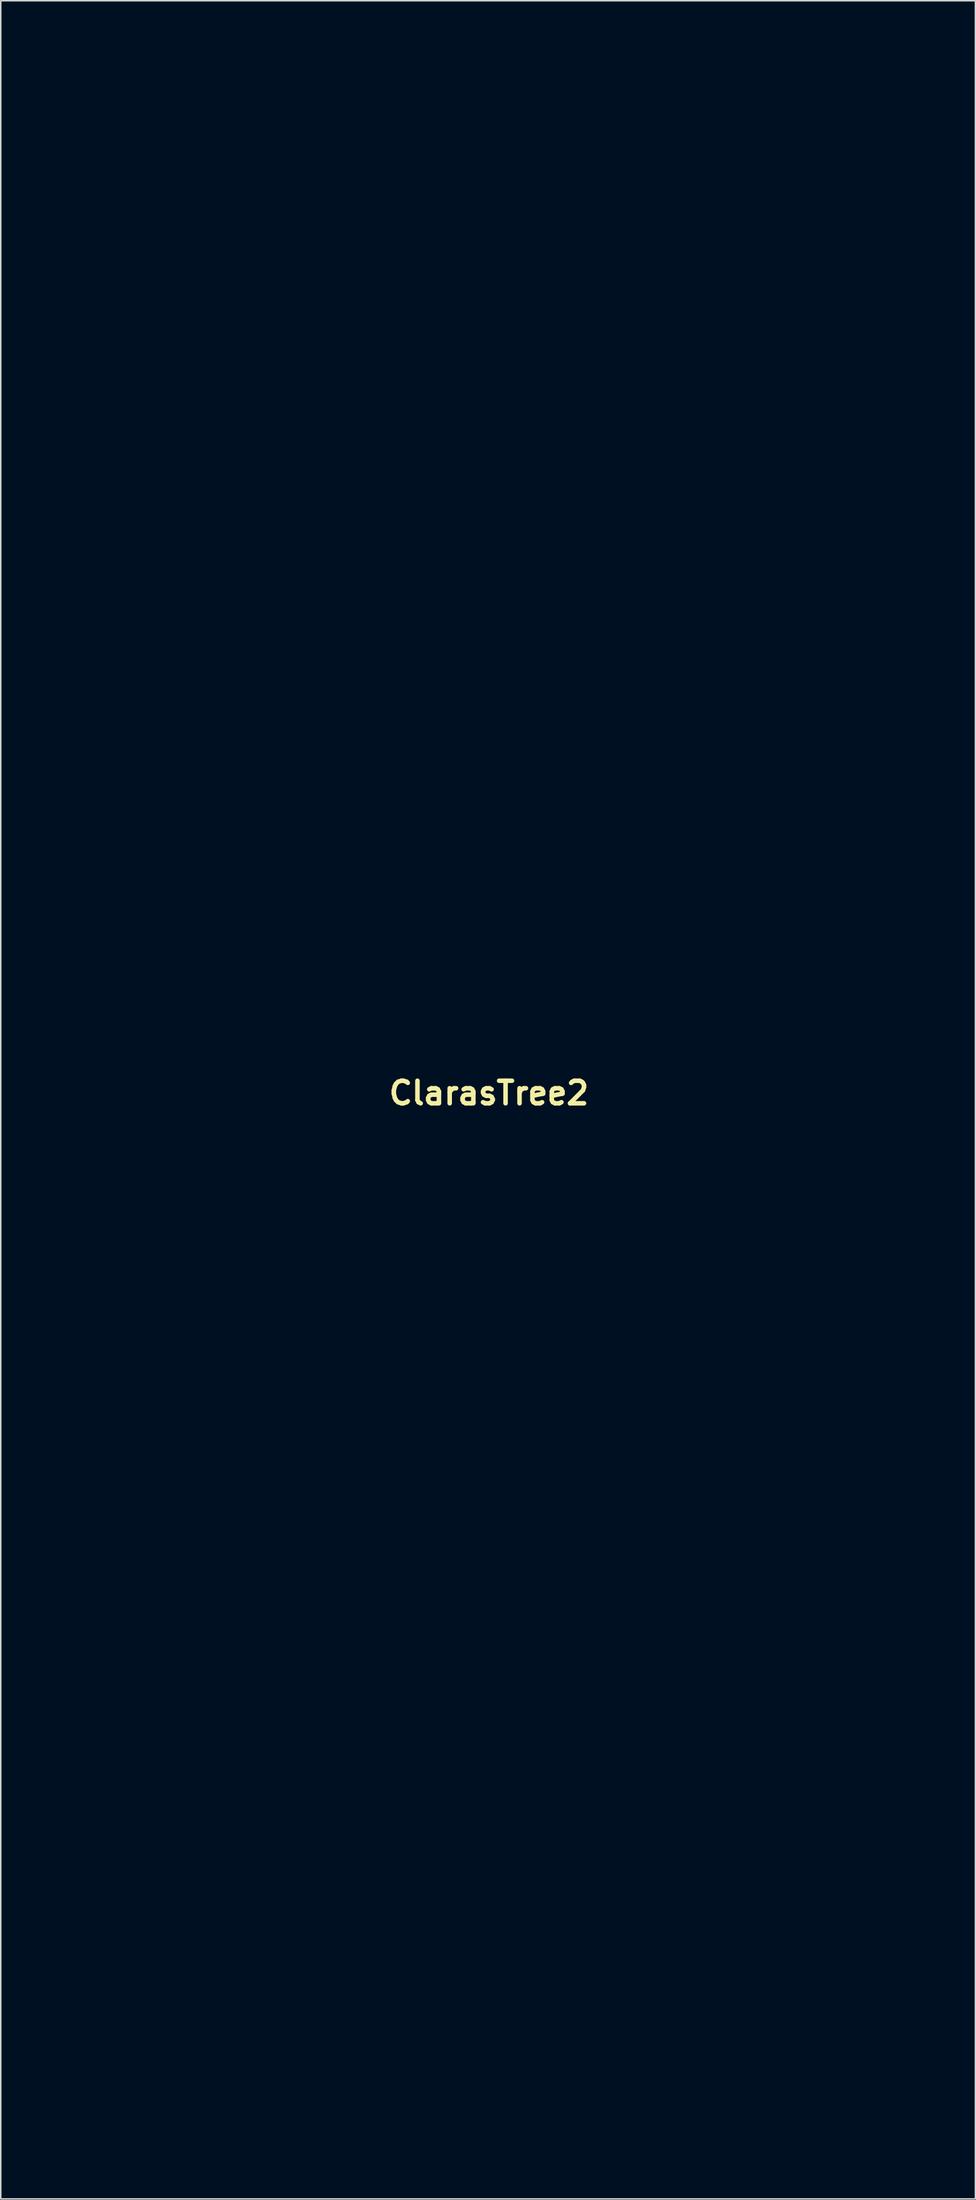
<source format=kicad_pcb>
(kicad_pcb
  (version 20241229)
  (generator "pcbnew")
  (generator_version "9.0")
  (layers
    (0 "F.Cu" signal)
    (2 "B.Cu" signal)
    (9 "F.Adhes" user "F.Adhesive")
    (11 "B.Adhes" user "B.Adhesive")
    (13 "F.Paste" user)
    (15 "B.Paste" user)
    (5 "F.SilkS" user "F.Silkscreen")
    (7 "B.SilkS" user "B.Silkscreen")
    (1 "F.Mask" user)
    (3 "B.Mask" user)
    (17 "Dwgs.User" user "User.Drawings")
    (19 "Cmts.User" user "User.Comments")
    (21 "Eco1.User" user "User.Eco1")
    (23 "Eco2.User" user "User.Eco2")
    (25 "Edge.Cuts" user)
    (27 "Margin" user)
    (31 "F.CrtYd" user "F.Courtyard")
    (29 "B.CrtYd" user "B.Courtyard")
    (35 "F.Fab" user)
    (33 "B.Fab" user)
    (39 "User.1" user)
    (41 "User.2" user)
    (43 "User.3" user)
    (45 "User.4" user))
  (footprint "ClarasTree2"
    (layer "F.Cu")
    (at 29.446 69.57)
    (property "Reference" "ClarasTree2" (at 0 0 0) (layer "F.SilkS") (effects (font (size 1.5 1.5) (thickness 0.3))))
    (attr board_only exclude_from_pos_files exclude_from_bom)
    (fp_poly (pts (xy -17.692 12.003) (xy -17.729 12.039) (xy -17.765 12.003) (xy -17.729 11.966)) (stroke (width 0.1) (type solid)) (fill no) (layer "Eco1.User"))
    (fp_poly (pts (xy 2.423 26.685) (xy 2.386 26.721) (xy 2.349 26.685) (xy 2.386 26.648)) (stroke (width 0.1) (type solid)) (fill no) (layer "Eco1.User"))
    (fp_poly (pts (xy 5.217 -46.715) (xy 5.364 -46.62) (xy 5.497 -46.505) (xy 5.687 -46.306) (xy 5.8 -46.101) (xy 5.873 -45.822) (xy 5.99 -45.345) (xy 6.14 -44.969) (xy 6.346 -44.646) (xy 6.485 -44.479) (xy 6.715 -44.219) (xy 6.963 -43.93) (xy 7.084 -43.785) (xy 7.326 -43.506) (xy 7.627 -43.18) (xy 7.97 -42.822) (xy 8.341 -42.447) (xy 8.724 -42.07) (xy 9.103 -41.706) (xy 9.463 -41.369) (xy 9.788 -41.075) (xy 10.062 -40.839) (xy 10.271 -40.676) (xy 10.398 -40.6) (xy 10.416 -40.596) (xy 10.496 -40.537) (xy 10.511 -40.499) (xy 10.578 -40.406) (xy 10.744 -40.237) (xy 10.993 -40.006) (xy 11.309 -39.726) (xy 11.675 -39.413) (xy 12.075 -39.08) (xy 12.492 -38.741) (xy 12.818 -38.484) (xy 13.165 -38.212) (xy 13.509 -37.941) (xy 13.815 -37.697) (xy 14.049 -37.509) (xy 14.095 -37.472) (xy 14.699 -36.985) (xy 15.318 -36.505) (xy 15.638 -36.265) (xy 15.895 -36.055) (xy 16.191 -35.783) (xy 16.498 -35.477) (xy 16.79 -35.166) (xy 17.04 -34.877) (xy 17.222 -34.639) (xy 17.286 -34.532) (xy 17.426 -34.27) (xy 17.579 -34.004) (xy 17.598 -33.972) (xy 17.695 -33.751) (xy 17.754 -33.494) (xy 17.771 -33.245) (xy 17.743 -33.046) (xy 17.669 -32.94) (xy 17.664 -32.938) (xy 17.586 -32.846) (xy 17.521 -32.67) (xy 17.514 -32.633) (xy 17.429 -32.407) (xy 17.294 -32.303) (xy 17.145 -32.208) (xy 17.08 -32.123) (xy 16.993 -32.021) (xy 16.942 -32.005) (xy 16.82 -31.951) (xy 16.647 -31.816) (xy 16.464 -31.637) (xy 16.31 -31.449) (xy 16.289 -31.418) (xy 16.133 -31.254) (xy 15.911 -31.108) (xy 15.658 -30.993) (xy 15.412 -30.924) (xy 15.209 -30.914) (xy 15.088 -30.976) (xy 15.086 -30.979) (xy 14.984 -31.038) (xy 14.876 -31.053) (xy 14.714 -31.078) (xy 14.642 -31.114) (xy 14.538 -31.168) (xy 14.34 -31.243) (xy 14.155 -31.303) (xy 13.888 -31.405) (xy 13.652 -31.53) (xy 13.546 -31.608) (xy 13.362 -31.758) (xy 13.1 -31.946) (xy 12.802 -32.144) (xy 12.508 -32.328) (xy 12.261 -32.468) (xy 12.134 -32.529) (xy 11.927 -32.595) (xy 11.771 -32.627) (xy 11.606 -32.678) (xy 11.403 -32.781) (xy 11.367 -32.802) (xy 11.189 -32.905) (xy 10.925 -33.046) (xy 10.62 -33.199) (xy 10.498 -33.259) (xy 10.212 -33.397) (xy 9.968 -33.515) (xy 9.802 -33.597) (xy 9.761 -33.618) (xy 9.625 -33.662) (xy 9.405 -33.708) (xy 9.269 -33.729) (xy 9.038 -33.771) (xy 8.897 -33.84) (xy 8.792 -33.973) (xy 8.728 -34.087) (xy 8.631 -34.321) (xy 8.581 -34.544) (xy 8.58 -34.608) (xy 8.656 -34.897) (xy 8.824 -35.165) (xy 9.046 -35.356) (xy 9.104 -35.384) (xy 9.342 -35.438) (xy 9.631 -35.442) (xy 9.915 -35.403) (xy 10.135 -35.325) (xy 10.19 -35.286) (xy 10.317 -35.195) (xy 10.533 -35.065) (xy 10.792 -34.92) (xy 10.832 -34.899) (xy 11.09 -34.759) (xy 11.307 -34.633) (xy 11.441 -34.546) (xy 11.452 -34.537) (xy 11.569 -34.461) (xy 11.777 -34.344) (xy 12.034 -34.212) (xy 12.076 -34.191) (xy 12.531 -33.964) (xy 12.961 -33.739) (xy 13.339 -33.533) (xy 13.636 -33.361) (xy 13.806 -33.252) (xy 13.974 -33.152) (xy 14.105 -33.108) (xy 14.11 -33.108) (xy 14.253 -33.066) (xy 14.282 -33.045) (xy 14.382 -33.003) (xy 14.578 -32.948) (xy 14.822 -32.891) (xy 15.063 -32.844) (xy 15.255 -32.817) (xy 15.304 -32.814) (xy 15.369 -32.879) (xy 15.442 -33.045) (xy 15.482 -33.18) (xy 15.526 -33.599) (xy 15.433 -33.972) (xy 15.222 -34.274) (xy 15.104 -34.411) (xy 15.05 -34.507) (xy 15.049 -34.512) (xy 14.997 -34.599) (xy 14.856 -34.759) (xy 14.65 -34.97) (xy 14.402 -35.209) (xy 14.136 -35.455) (xy 13.874 -35.686) (xy 13.641 -35.879) (xy 13.469 -36.005) (xy 13.264 -36.151) (xy 13.119 -36.272) (xy 13.067 -36.339) (xy 13.013 -36.409) (xy 12.866 -36.545) (xy 12.651 -36.727) (xy 12.475 -36.867) (xy 12.16 -37.116) (xy 11.827 -37.382) (xy 11.533 -37.621) (xy 11.442 -37.696) (xy 10.94 -38.113) (xy 10.526 -38.454) (xy 10.173 -38.741) (xy 9.859 -38.994) (xy 9.851 -39) (xy 9.659 -39.156) (xy 9.444 -39.336) (xy 9.188 -39.558) (xy 8.872 -39.836) (xy 8.477 -40.188) (xy 8.182 -40.453) (xy 8.017 -40.611) (xy 7.785 -40.847) (xy 7.52 -41.127) (xy 7.268 -41.401) (xy 6.95 -41.743) (xy 6.59 -42.12) (xy 6.239 -42.476) (xy 6.03 -42.682) (xy 5.721 -42.993) (xy 5.492 -43.26) (xy 5.308 -43.53) (xy 5.132 -43.851) (xy 5.094 -43.928) (xy 4.956 -44.216) (xy 4.848 -44.46) (xy 4.784 -44.626) (xy 4.772 -44.676) (xy 4.728 -44.774) (xy 4.612 -44.951) (xy 4.447 -45.173) (xy 4.398 -45.234) (xy 4.211 -45.475) (xy 4.103 -45.644) (xy 4.057 -45.78) (xy 4.055 -45.924) (xy 4.062 -45.985) (xy 4.172 -46.305) (xy 4.398 -46.547) (xy 4.723 -46.695) (xy 4.859 -46.722) (xy 5.069 -46.742)) (stroke (width 0.1) (type solid)) (fill no) (layer "Eco1.User"))
    (fp_poly (pts (xy -3.636 -46.232) (xy -3.458 -46.09) (xy -3.357 -45.931) (xy -3.232 -45.614) (xy -3.228 -45.379) (xy -3.274 -45.287) (xy -3.403 -45.082) (xy -3.553 -44.781) (xy -3.711 -44.423) (xy -3.861 -44.043) (xy -3.988 -43.68) (xy -4.078 -43.37) (xy -4.116 -43.152) (xy -4.117 -43.142) (xy -4.133 -42.957) (xy -4.183 -42.78) (xy -4.279 -42.595) (xy -4.434 -42.383) (xy -4.661 -42.127) (xy -4.972 -41.808) (xy -5.356 -41.434) (xy -5.988 -40.825) (xy -6.519 -40.309) (xy -6.958 -39.879) (xy -7.31 -39.527) (xy -7.585 -39.247) (xy -7.787 -39.031) (xy -7.925 -38.871) (xy -8.006 -38.762) (xy -8.034 -38.706) (xy -8.12 -38.576) (xy -8.209 -38.538) (xy -8.306 -38.481) (xy -8.459 -38.331) (xy -8.638 -38.117) (xy -8.699 -38.036) (xy -8.921 -37.762) (xy -9.167 -37.5) (xy -9.387 -37.303) (xy -9.411 -37.286) (xy -9.615 -37.119) (xy -9.773 -36.956) (xy -9.831 -36.87) (xy -9.92 -36.744) (xy -9.993 -36.705) (xy -10.123 -36.652) (xy -10.319 -36.507) (xy -10.554 -36.295) (xy -10.803 -36.039) (xy -11.04 -35.763) (xy -11.057 -35.74) (xy -11.282 -35.465) (xy -11.523 -35.184) (xy -11.723 -34.965) (xy -11.91 -34.744) (xy -12.062 -34.517) (xy -12.123 -34.391) (xy -12.197 -34.225) (xy -12.261 -34.139) (xy -12.271 -34.136) (xy -12.347 -34.07) (xy -12.437 -33.895) (xy -12.531 -33.647) (xy -12.618 -33.363) (xy -12.688 -33.078) (xy -12.728 -32.829) (xy -12.73 -32.651) (xy -12.721 -32.617) (xy -12.624 -32.546) (xy -12.441 -32.525) (xy -12.224 -32.555) (xy -12.039 -32.626) (xy -11.752 -32.778) (xy -11.447 -32.921) (xy -11.176 -33.033) (xy -11.016 -33.085) (xy -10.875 -33.157) (xy -10.672 -33.306) (xy -10.446 -33.502) (xy -10.404 -33.542) (xy -10.161 -33.756) (xy -9.913 -33.939) (xy -9.709 -34.055) (xy -9.691 -34.062) (xy -9.544 -34.142) (xy -9.331 -34.286) (xy -9.082 -34.473) (xy -8.822 -34.679) (xy -8.579 -34.884) (xy -8.38 -35.064) (xy -8.253 -35.198) (xy -8.222 -35.254) (xy -8.159 -35.342) (xy -7.996 -35.453) (xy -7.775 -35.564) (xy -7.537 -35.656) (xy -7.338 -35.705) (xy -7.121 -35.727) (xy -6.982 -35.695) (xy -6.857 -35.592) (xy -6.819 -35.551) (xy -6.656 -35.277) (xy -6.634 -34.975) (xy -6.746 -34.679) (xy -6.882 -34.516) (xy -7.104 -34.307) (xy -7.374 -34.084) (xy -7.654 -33.879) (xy -7.904 -33.724) (xy -7.93 -33.71) (xy -8.06 -33.62) (xy -8.262 -33.454) (xy -8.506 -33.237) (xy -8.68 -33.074) (xy -8.928 -32.845) (xy -9.151 -32.654) (xy -9.321 -32.525) (xy -9.393 -32.485) (xy -9.529 -32.416) (xy -9.728 -32.283) (xy -9.908 -32.149) (xy -10.102 -31.999) (xy -10.247 -31.895) (xy -10.308 -31.86) (xy -10.38 -31.815) (xy -10.511 -31.704) (xy -10.544 -31.674) (xy -10.746 -31.522) (xy -10.991 -31.38) (xy -11.043 -31.356) (xy -11.252 -31.246) (xy -11.412 -31.132) (xy -11.443 -31.101) (xy -11.549 -31.003) (xy -11.604 -30.979) (xy -11.695 -30.941) (xy -11.862 -30.843) (xy -11.986 -30.762) (xy -12.241 -30.621) (xy -12.431 -30.581) (xy -12.459 -30.585) (xy -12.601 -30.585) (xy -12.659 -30.545) (xy -12.781 -30.482) (xy -13.015 -30.484) (xy -13.343 -30.549) (xy -13.434 -30.574) (xy -13.844 -30.718) (xy -14.131 -30.882) (xy -14.315 -31.082) (xy -14.373 -31.19) (xy -14.442 -31.407) (xy -14.499 -31.692) (xy -14.54 -32) (xy -14.56 -32.286) (xy -14.552 -32.504) (xy -14.53 -32.592) (xy -14.317 -33.027) (xy -14.136 -33.47) (xy -14.005 -33.874) (xy -13.947 -34.142) (xy -13.885 -34.431) (xy -13.793 -34.703) (xy -13.729 -34.832) (xy -13.535 -35.113) (xy -13.341 -35.342) (xy -13.172 -35.491) (xy -13.069 -35.534) (xy -12.963 -35.591) (xy -12.812 -35.73) (xy -12.712 -35.846) (xy -12.576 -36.001) (xy -12.355 -36.23) (xy -12.075 -36.511) (xy -11.759 -36.818) (xy -11.537 -37.029) (xy -11.232 -37.319) (xy -10.966 -37.577) (xy -10.756 -37.787) (xy -10.621 -37.929) (xy -10.58 -37.983) (xy -10.51 -38.089) (xy -10.376 -38.243) (xy -10.214 -38.406) (xy -10.064 -38.542) (xy -9.962 -38.61) (xy -9.951 -38.613) (xy -9.847 -38.665) (xy -9.703 -38.787) (xy -9.564 -38.934) (xy -9.479 -39.058) (xy -9.47 -39.091) (xy -9.416 -39.185) (xy -9.282 -39.311) (xy -9.25 -39.336) (xy -9.105 -39.466) (xy -9.032 -39.577) (xy -9.029 -39.592) (xy -8.976 -39.714) (xy -8.813 -39.906) (xy -8.538 -40.171) (xy -8.147 -40.514) (xy -7.784 -40.816) (xy -7.279 -41.241) (xy -6.886 -41.595) (xy -6.594 -41.891) (xy -6.392 -42.138) (xy -6.331 -42.229) (xy -6.225 -42.369) (xy -6.135 -42.431) (xy -6.132 -42.431) (xy -6.064 -42.49) (xy -5.96 -42.633) (xy -5.85 -42.815) (xy -5.763 -42.987) (xy -5.726 -43.103) (xy -5.726 -43.105) (xy -5.679 -43.18) (xy -5.556 -43.326) (xy -5.4 -43.495) (xy -5.197 -43.747) (xy -5.053 -44.03) (xy -4.959 -44.375) (xy -4.906 -44.812) (xy -4.888 -45.219) (xy -4.862 -45.609) (xy -4.793 -45.88) (xy -4.664 -46.059) (xy -4.457 -46.173) (xy -4.218 -46.237) (xy -3.879 -46.277)) (stroke (width 0.1) (type solid)) (fill no) (layer "Eco1.User"))
    (fp_poly (pts (xy 5.524 -32.715) (xy 5.654 -32.652) (xy 5.763 -32.565) (xy 5.913 -32.444) (xy 6.013 -32.378) (xy 6.026 -32.374) (xy 6.086 -32.316) (xy 6.178 -32.173) (xy 6.199 -32.135) (xy 6.351 -31.925) (xy 6.545 -31.738) (xy 6.559 -31.727) (xy 6.783 -31.562) (xy 7.096 -31.328) (xy 7.469 -31.048) (xy 7.874 -30.743) (xy 8.058 -30.604) (xy 8.336 -30.383) (xy 8.632 -30.131) (xy 8.793 -29.986) (xy 8.98 -29.818) (xy 9.129 -29.7) (xy 9.203 -29.659) (xy 9.295 -29.616) (xy 9.448 -29.509) (xy 9.497 -29.47) (xy 9.679 -29.326) (xy 9.918 -29.141) (xy 10.19 -28.936) (xy 10.468 -28.73) (xy 10.726 -28.54) (xy 10.939 -28.387) (xy 11.081 -28.289) (xy 11.127 -28.263) (xy 11.202 -28.217) (xy 11.365 -28.093) (xy 11.592 -27.909) (xy 11.86 -27.684) (xy 12.148 -27.438) (xy 12.432 -27.189) (xy 12.69 -26.957) (xy 12.785 -26.868) (xy 13.015 -26.658) (xy 13.212 -26.488) (xy 13.346 -26.384) (xy 13.382 -26.363) (xy 13.479 -26.298) (xy 13.637 -26.16) (xy 13.768 -26.032) (xy 13.961 -25.844) (xy 14.219 -25.602) (xy 14.498 -25.347) (xy 14.603 -25.253) (xy 14.902 -24.985) (xy 15.251 -24.667) (xy 15.593 -24.352) (xy 15.737 -24.218) (xy 16.059 -23.918) (xy 16.417 -23.587) (xy 16.753 -23.278) (xy 16.884 -23.158) (xy 17.168 -22.895) (xy 17.508 -22.572) (xy 17.855 -22.235) (xy 18.102 -21.991) (xy 18.396 -21.703) (xy 18.693 -21.42) (xy 18.956 -21.176) (xy 19.138 -21.016) (xy 19.318 -20.838) (xy 19.522 -20.597) (xy 19.726 -20.325) (xy 19.907 -20.054) (xy 20.043 -19.818) (xy 20.111 -19.65) (xy 20.114 -19.621) (xy 20.172 -19.523) (xy 20.192 -19.514) (xy 20.281 -19.412) (xy 20.347 -19.195) (xy 20.388 -18.889) (xy 20.403 -18.525) (xy 20.391 -18.13) (xy 20.35 -17.733) (xy 20.283 -17.38) (xy 20.199 -17.081) (xy 20.103 -16.876) (xy 19.968 -16.717) (xy 19.9 -16.656) (xy 19.693 -16.479) (xy 19.498 -16.311) (xy 19.454 -16.271) (xy 19.163 -16.075) (xy 18.762 -15.891) (xy 18.286 -15.728) (xy 17.768 -15.592) (xy 17.241 -15.492) (xy 16.741 -15.435) (xy 16.301 -15.428) (xy 15.955 -15.479) (xy 15.93 -15.486) (xy 15.745 -15.544) (xy 15.501 -15.616) (xy 15.416 -15.641) (xy 15.166 -15.731) (xy 14.943 -15.838) (xy 14.891 -15.87) (xy 14.727 -15.964) (xy 14.606 -16.003) (xy 14.605 -16.003) (xy 14.488 -16.034) (xy 14.292 -16.114) (xy 14.055 -16.224) (xy 13.814 -16.347) (xy 13.606 -16.462) (xy 13.469 -16.552) (xy 13.434 -16.591) (xy 13.381 -16.631) (xy 13.333 -16.621) (xy 13.226 -16.644) (xy 13.189 -16.697) (xy 13.09 -16.783) (xy 12.956 -16.811) (xy 12.746 -16.845) (xy 12.568 -16.912) (xy 12.367 -16.989) (xy 12.113 -17.055) (xy 12.042 -17.068) (xy 11.722 -17.154) (xy 11.447 -17.287) (xy 11.25 -17.447) (xy 11.16 -17.614) (xy 11.158 -17.641) (xy 11.118 -17.773) (xy 11.056 -17.877) (xy 10.989 -18.02) (xy 10.988 -18.104) (xy 10.969 -18.216) (xy 10.943 -18.239) (xy 10.868 -18.359) (xy 10.879 -18.527) (xy 10.964 -18.679) (xy 11.028 -18.729) (xy 11.355 -18.862) (xy 11.719 -18.944) (xy 12.09 -18.975) (xy 12.436 -18.956) (xy 12.726 -18.889) (xy 12.928 -18.774) (xy 12.997 -18.674) (xy 13.098 -18.539) (xy 13.201 -18.499) (xy 13.352 -18.448) (xy 13.471 -18.353) (xy 13.598 -18.242) (xy 13.684 -18.204) (xy 13.783 -18.154) (xy 13.928 -18.033) (xy 13.964 -17.998) (xy 14.144 -17.857) (xy 14.398 -17.71) (xy 14.588 -17.622) (xy 14.83 -17.518) (xy 15.024 -17.424) (xy 15.112 -17.371) (xy 15.262 -17.301) (xy 15.397 -17.269) (xy 15.583 -17.208) (xy 15.687 -17.138) (xy 15.842 -17.054) (xy 15.977 -17.031) (xy 16.166 -16.988) (xy 16.273 -16.919) (xy 16.445 -16.846) (xy 16.703 -16.864) (xy 17.025 -16.97) (xy 17.242 -17.076) (xy 17.449 -17.179) (xy 17.614 -17.242) (xy 17.664 -17.251) (xy 17.823 -17.321) (xy 17.998 -17.522) (xy 18.176 -17.839) (xy 18.178 -17.842) (xy 18.263 -18.047) (xy 18.298 -18.231) (xy 18.291 -18.456) (xy 18.268 -18.645) (xy 18.159 -19.103) (xy 18.003 -19.409) (xy 17.837 -19.649) (xy 17.745 -19.784) (xy 19.38 -19.784) (xy 19.417 -19.747) (xy 19.454 -19.784) (xy 19.417 -19.821) (xy 19.38 -19.784) (xy 17.745 -19.784) (xy 17.651 -19.922) (xy 17.576 -20.034) (xy 17.411 -20.239) (xy 17.173 -20.487) (xy 16.905 -20.734) (xy 16.823 -20.802) (xy 16.593 -20.996) (xy 16.414 -21.158) (xy 16.312 -21.265) (xy 16.297 -21.29) (xy 16.241 -21.363) (xy 16.101 -21.471) (xy 16.059 -21.499) (xy 15.937 -21.594) (xy 15.731 -21.776) (xy 15.458 -22.027) (xy 15.139 -22.33) (xy 14.791 -22.667) (xy 14.645 -22.809) (xy 14.11 -23.334) (xy 13.563 -23.864) (xy 13.019 -24.385) (xy 12.491 -24.885) (xy 11.993 -25.352) (xy 11.539 -25.772) (xy 11.141 -26.132) (xy 10.814 -26.421) (xy 10.571 -26.625) (xy 10.49 -26.689) (xy 10.36 -26.788) (xy 10.145 -26.956) (xy 9.872 -27.171) (xy 9.571 -27.41) (xy 9.535 -27.438) (xy 9.187 -27.715) (xy 8.819 -28.006) (xy 8.478 -28.275) (xy 8.236 -28.466) (xy 7.944 -28.699) (xy 7.646 -28.944) (xy 7.397 -29.155) (xy 7.347 -29.199) (xy 7.156 -29.361) (xy 7.003 -29.474) (xy 6.93 -29.511) (xy 6.841 -29.557) (xy 6.69 -29.674) (xy 6.603 -29.75) (xy 6.376 -29.941) (xy 6.114 -30.141) (xy 6.018 -30.208) (xy 5.804 -30.362) (xy 5.621 -30.506) (xy 5.557 -30.564) (xy 5.389 -30.689) (xy 5.187 -30.796) (xy 4.966 -30.912) (xy 4.783 -31.042) (xy 4.64 -31.156) (xy 4.542 -31.215) (xy 4.47 -31.299) (xy 4.389 -31.479) (xy 4.317 -31.703) (xy 4.27 -31.923) (xy 4.261 -32.024) (xy 4.315 -32.232) (xy 4.46 -32.447) (xy 4.606 -32.581) (xy 4.773 -32.659) (xy 5.016 -32.704) (xy 5.102 -32.713) (xy 5.358 -32.731)) (stroke (width 0.1) (type solid)) (fill no) (layer "Eco1.User"))
    (fp_poly (pts (xy -6.86 49.68) (xy -6.719 49.814) (xy -6.688 49.849) (xy -6.538 50.09) (xy -6.44 50.384) (xy -6.405 50.677) (xy -6.445 50.915) (xy -6.458 50.942) (xy -6.497 51.086) (xy -6.525 51.324) (xy -6.536 51.584) (xy -6.561 52.248) (xy -6.63 53.022) (xy -6.738 53.878) (xy -6.882 54.786) (xy -6.898 54.874) (xy -6.946 55.145) (xy -6.987 55.383) (xy -7.007 55.498) (xy -7.038 55.659) (xy -7.09 55.911) (xy -7.152 56.203) (xy -7.159 56.232) (xy -7.243 56.637) (xy -7.332 57.097) (xy -7.421 57.584) (xy -7.506 58.072) (xy -7.581 58.532) (xy -7.643 58.938) (xy -7.686 59.262) (xy -7.707 59.478) (xy -7.708 59.514) (xy -7.725 59.78) (xy -7.767 60.085) (xy -7.787 60.191) (xy -7.806 60.33) (xy -7.818 60.55) (xy -7.824 60.86) (xy -7.823 61.269) (xy -7.815 61.788) (xy -7.8 62.425) (xy -7.779 63.19) (xy -7.751 64.092) (xy -7.751 64.097) (xy -7.722 64.957) (xy -7.697 65.683) (xy -7.673 66.285) (xy -7.648 66.776) (xy -7.62 67.167) (xy -7.589 67.471) (xy -7.551 67.699) (xy -7.505 67.863) (xy -7.448 67.976) (xy -7.381 68.047) (xy -7.299 68.091) (xy -7.202 68.117) (xy -7.117 68.134) (xy -6.914 68.175) (xy -6.632 68.238) (xy -6.35 68.303) (xy -5.794 68.42) (xy -5.241 68.503) (xy -4.655 68.556) (xy -3.998 68.582) (xy -3.234 68.583) (xy -3.193 68.583) (xy -2.707 68.574) (xy -2.139 68.558) (xy -1.52 68.536) (xy -0.88 68.511) (xy -0.251 68.482) (xy 0.338 68.453) (xy 0.856 68.423) (xy 1.272 68.394) (xy 1.432 68.381) (xy 1.603 68.369) (xy 1.89 68.354) (xy 2.26 68.337) (xy 2.681 68.32) (xy 2.973 68.308) (xy 3.488 68.289) (xy 3.877 68.27) (xy 4.157 68.25) (xy 4.351 68.225) (xy 4.476 68.192) (xy 4.553 68.148) (xy 4.602 68.091) (xy 4.621 68.058) (xy 4.646 67.949) (xy 4.676 67.721) (xy 4.709 67.401) (xy 4.743 67.019) (xy 4.775 66.6) (xy 4.805 66.174) (xy 4.829 65.767) (xy 4.845 65.408) (xy 4.852 65.124) (xy 4.851 64.985) (xy 4.853 64.81) (xy 4.869 64.533) (xy 4.895 64.2) (xy 4.914 63.994) (xy 4.937 63.705) (xy 4.96 63.3) (xy 4.983 62.811) (xy 5.003 62.269) (xy 5.021 61.706) (xy 5.029 61.371) (xy 5.059 60.241) (xy 5.099 59.205) (xy 5.148 58.274) (xy 5.206 57.461) (xy 5.271 56.777) (xy 5.298 56.546) (xy 5.337 56.217) (xy 5.35 55.999) (xy 5.338 55.862) (xy 5.298 55.77) (xy 5.274 55.738) (xy 5.162 55.549) (xy 5.077 55.304) (xy 5.035 55.062) (xy 5.048 54.881) (xy 5.058 54.858) (xy 5.136 54.687) (xy 5.163 54.611) (xy 5.248 54.508) (xy 5.417 54.395) (xy 5.481 54.363) (xy 5.71 54.256) (xy 5.994 54.122) (xy 6.166 54.039) (xy 6.415 53.931) (xy 6.596 53.887) (xy 6.769 53.897) (xy 6.864 53.917) (xy 7.074 53.984) (xy 7.227 54.06) (xy 7.25 54.078) (xy 7.401 54.179) (xy 7.472 54.209) (xy 7.557 54.296) (xy 7.654 54.484) (xy 7.747 54.727) (xy 7.819 54.981) (xy 7.854 55.201) (xy 7.855 55.237) (xy 7.803 55.364) (xy 7.671 55.528) (xy 7.595 55.601) (xy 7.335 55.829) (xy 7.196 57.084) (xy 7.145 57.606) (xy 7.097 58.215) (xy 7.056 58.849) (xy 7.026 59.45) (xy 7.016 59.727) (xy 7 60.281) (xy 6.981 60.922) (xy 6.962 61.591) (xy 6.944 62.228) (xy 6.933 62.607) (xy 6.918 63.07) (xy 6.902 63.49) (xy 6.886 63.843) (xy 6.871 64.104) (xy 6.859 64.248) (xy 6.857 64.259) (xy 6.846 64.374) (xy 6.833 64.614) (xy 6.818 64.957) (xy 6.803 65.381) (xy 6.788 65.866) (xy 6.777 66.278) (xy 6.764 66.862) (xy 6.756 67.316) (xy 6.755 67.656) (xy 6.762 67.897) (xy 6.776 68.058) (xy 6.798 68.153) (xy 6.829 68.199) (xy 6.834 68.202) (xy 6.898 68.317) (xy 6.934 68.535) (xy 6.943 68.82) (xy 6.925 69.13) (xy 6.884 69.428) (xy 6.819 69.674) (xy 6.777 69.769) (xy 6.633 69.938) (xy 6.413 70.112) (xy 6.17 70.256) (xy 5.958 70.334) (xy 5.918 70.339) (xy 5.601 70.344) (xy 5.294 70.328) (xy 5.041 70.295) (xy 4.883 70.25) (xy 4.865 70.238) (xy 4.76 70.212) (xy 4.532 70.19) (xy 4.203 70.173) (xy 3.798 70.161) (xy 3.337 70.155) (xy 2.846 70.154) (xy 2.348 70.159) (xy 1.864 70.17) (xy 1.419 70.187) (xy 1.211 70.199) (xy -0.006 70.271) (xy -1.15 70.329) (xy -2.213 70.373) (xy -3.184 70.403) (xy -4.053 70.418) (xy -4.81 70.419) (xy -5.445 70.404) (xy -5.949 70.375) (xy -6.13 70.357) (xy -6.691 70.286) (xy -7.176 70.216) (xy -7.568 70.148) (xy -7.848 70.087) (xy -7.994 70.038) (xy -8.128 69.998) (xy -8.353 69.958) (xy -8.562 69.932) (xy -8.893 69.892) (xy -9.124 69.833) (xy -9.301 69.729) (xy -9.468 69.557) (xy -9.612 69.373) (xy -9.782 69.128) (xy -9.865 68.954) (xy -9.876 68.815) (xy -9.87 68.786) (xy -9.82 68.567) (xy -9.778 68.338) (xy -9.744 68.082) (xy -9.716 67.788) (xy -9.696 67.44) (xy -9.681 67.025) (xy -9.671 66.53) (xy -9.667 65.94) (xy -9.667 65.241) (xy -9.671 64.421) (xy -9.676 63.684) (xy -9.68 62.999) (xy -9.678 62.368) (xy -9.672 61.808) (xy -9.662 61.337) (xy -9.648 60.972) (xy -9.631 60.729) (xy -9.623 60.674) (xy -9.576 60.388) (xy -9.516 60.026) (xy -9.456 59.654) (xy -9.443 59.573) (xy -9.359 59.081) (xy -9.258 58.556) (xy -9.133 57.958) (xy -9.028 57.48) (xy -8.973 57.192) (xy -8.924 56.874) (xy -8.913 56.783) (xy -8.866 56.488) (xy -8.796 56.157) (xy -8.759 56.012) (xy -8.597 55.357) (xy -8.476 54.689) (xy -8.389 53.967) (xy -8.332 53.15) (xy -8.323 52.966) (xy -8.311 52.394) (xy -8.331 51.945) (xy -8.382 51.624) (xy -8.463 51.437) (xy -8.555 51.387) (xy -8.614 51.356) (xy -8.641 51.244) (xy -8.641 51.022) (xy -8.637 50.943) (xy -8.608 50.658) (xy -8.544 50.457) (xy -8.423 50.279) (xy -8.399 50.251) (xy -8.133 50.024) (xy -7.772 49.829) (xy -7.366 49.689) (xy -7.187 49.653) (xy -6.994 49.636)) (stroke (width 0.1) (type solid)) (fill no) (layer "Eco1.User"))
    (fp_poly (pts (xy 6.174 -14.954) (xy 6.346 -14.904) (xy 6.465 -14.817) (xy 6.569 -14.679) (xy 6.671 -14.461) (xy 6.788 -14.137) (xy 6.832 -14.003) (xy 6.934 -13.726) (xy 7.072 -13.401) (xy 7.228 -13.066) (xy 7.383 -12.76) (xy 7.519 -12.52) (xy 7.604 -12.401) (xy 7.691 -12.247) (xy 7.708 -12.16) (xy 7.762 -12.03) (xy 7.814 -11.994) (xy 7.911 -11.917) (xy 8.059 -11.757) (xy 8.212 -11.567) (xy 8.36 -11.394) (xy 8.599 -11.145) (xy 8.906 -10.838) (xy 9.264 -10.493) (xy 9.649 -10.128) (xy 10.043 -9.763) (xy 10.424 -9.418) (xy 10.771 -9.112) (xy 11.066 -8.863) (xy 11.25 -8.717) (xy 11.494 -8.529) (xy 11.726 -8.339) (xy 11.856 -8.224) (xy 12.062 -8.056) (xy 12.277 -7.918) (xy 12.302 -7.905) (xy 12.485 -7.794) (xy 12.616 -7.684) (xy 12.618 -7.681) (xy 12.718 -7.607) (xy 12.92 -7.487) (xy 13.195 -7.337) (xy 13.494 -7.186) (xy 13.827 -7.017) (xy 14.134 -6.853) (xy 14.376 -6.714) (xy 14.505 -6.63) (xy 14.666 -6.52) (xy 14.778 -6.463) (xy 14.792 -6.46) (xy 14.891 -6.429) (xy 15.09 -6.347) (xy 15.358 -6.228) (xy 15.664 -6.086) (xy 15.978 -5.936) (xy 16.269 -5.793) (xy 16.504 -5.671) (xy 16.655 -5.585) (xy 16.671 -5.574) (xy 16.843 -5.475) (xy 16.981 -5.432) (xy 16.984 -5.432) (xy 17.121 -5.379) (xy 17.156 -5.341) (xy 17.264 -5.23) (xy 17.362 -5.161) (xy 17.801 -4.895) (xy 18.128 -4.693) (xy 18.356 -4.543) (xy 18.499 -4.438) (xy 18.569 -4.372) (xy 18.686 -4.277) (xy 18.749 -4.258) (xy 18.854 -4.205) (xy 19.032 -4.06) (xy 19.261 -3.847) (xy 19.519 -3.585) (xy 19.787 -3.297) (xy 20.042 -3.005) (xy 20.264 -2.731) (xy 20.371 -2.585) (xy 20.557 -2.318) (xy 20.719 -2.075) (xy 20.873 -1.83) (xy 21.038 -1.554) (xy 21.23 -1.22) (xy 21.465 -0.8) (xy 21.619 -0.522) (xy 21.714 -0.242) (xy 21.758 0.134) (xy 21.751 0.565) (xy 21.693 1.009) (xy 21.591 1.411) (xy 21.505 1.681) (xy 21.436 1.922) (xy 21.402 2.061) (xy 21.317 2.248) (xy 21.15 2.465) (xy 20.946 2.664) (xy 20.748 2.801) (xy 20.685 2.825) (xy 20.477 2.893) (xy 20.24 2.99) (xy 19.939 3.134) (xy 19.673 3.268) (xy 19.119 3.489) (xy 18.52 3.63) (xy 18.106 3.69) (xy 17.671 3.733) (xy 17.247 3.759) (xy 16.86 3.765) (xy 16.543 3.753) (xy 16.322 3.72) (xy 16.248 3.689) (xy 16.069 3.612) (xy 15.961 3.597) (xy 15.803 3.538) (xy 15.682 3.417) (xy 15.566 3.307) (xy 15.357 3.164) (xy 15.096 3.011) (xy 14.825 2.87) (xy 14.587 2.764) (xy 14.421 2.717) (xy 14.407 2.716) (xy 14.289 2.677) (xy 14.109 2.579) (xy 14.037 2.533) (xy 13.854 2.42) (xy 13.713 2.355) (xy 13.682 2.349) (xy 13.584 2.29) (xy 13.554 2.239) (xy 13.453 2.156) (xy 13.288 2.129) (xy 13.105 2.095) (xy 13.004 1.971) (xy 12.994 1.945) (xy 12.879 1.794) (xy 12.748 1.762) (xy 12.571 1.718) (xy 12.48 1.652) (xy 12.362 1.559) (xy 12.301 1.542) (xy 12.194 1.51) (xy 12.001 1.428) (xy 11.782 1.321) (xy 11.554 1.209) (xy 11.378 1.129) (xy 11.296 1.101) (xy 11.173 1.041) (xy 11.018 0.888) (xy 10.861 0.682) (xy 10.73 0.462) (xy 10.654 0.271) (xy 10.646 0.206) (xy 10.713 0.06) (xy 10.889 -0.093) (xy 11.139 -0.228) (xy 11.305 -0.287) (xy 11.539 -0.359) (xy 11.734 -0.425) (xy 11.782 -0.443) (xy 12.046 -0.531) (xy 12.264 -0.544) (xy 12.491 -0.475) (xy 12.757 -0.334) (xy 12.991 -0.189) (xy 13.181 -0.057) (xy 13.28 0.028) (xy 13.386 0.111) (xy 13.586 0.233) (xy 13.84 0.372) (xy 13.897 0.401) (xy 14.184 0.551) (xy 14.45 0.699) (xy 14.642 0.818) (xy 14.657 0.828) (xy 14.86 0.962) (xy 15.114 1.119) (xy 15.244 1.196) (xy 15.481 1.332) (xy 15.695 1.456) (xy 15.783 1.507) (xy 15.986 1.612) (xy 16.276 1.747) (xy 16.603 1.89) (xy 16.919 2.019) (xy 17.172 2.112) (xy 17.184 2.117) (xy 17.529 2.161) (xy 17.931 2.103) (xy 18.357 1.953) (xy 18.773 1.724) (xy 19.145 1.428) (xy 19.157 1.416) (xy 19.275 1.295) (xy 19.35 1.186) (xy 19.395 1.051) (xy 19.421 0.852) (xy 19.437 0.552) (xy 19.441 0.467) (xy 19.452 0.12) (xy 19.443 -0.128) (xy 19.41 -0.321) (xy 19.346 -0.506) (xy 19.298 -0.613) (xy 19.187 -0.832) (xy 19.084 -0.994) (xy 19.032 -1.05) (xy 18.948 -1.146) (xy 18.94 -1.183) (xy 18.896 -1.275) (xy 18.78 -1.451) (xy 18.613 -1.681) (xy 18.417 -1.936) (xy 18.216 -2.188) (xy 18.03 -2.407) (xy 17.883 -2.565) (xy 17.865 -2.581) (xy 17.727 -2.691) (xy 17.512 -2.842) (xy 17.251 -3.014) (xy 16.976 -3.187) (xy 16.718 -3.343) (xy 16.508 -3.46) (xy 16.379 -3.52) (xy 16.36 -3.524) (xy 16.272 -3.561) (xy 16.1 -3.659) (xy 15.879 -3.796) (xy 15.876 -3.798) (xy 15.643 -3.949) (xy 15.447 -4.075) (xy 15.335 -4.147) (xy 15.206 -4.23) (xy 15.012 -4.358) (xy 14.905 -4.429) (xy 14.7 -4.554) (xy 14.528 -4.64) (xy 14.47 -4.66) (xy 14.347 -4.709) (xy 14.144 -4.813) (xy 13.909 -4.948) (xy 13.677 -5.08) (xy 13.488 -5.175) (xy 13.383 -5.212) (xy 13.382 -5.212) (xy 13.35 -5.214) (xy 13.308 -5.226) (xy 13.243 -5.257) (xy 13.139 -5.317) (xy 13.026 -5.387) (xy 13.9 -5.387) (xy 13.911 -5.359) (xy 13.977 -5.289) (xy 13.989 -5.286) (xy 14.021 -5.342) (xy 14.021 -5.359) (xy 13.965 -5.43) (xy 13.944 -5.432) (xy 13.9 -5.387) (xy 13.026 -5.387) (xy 12.981 -5.415) (xy 12.753 -5.561) (xy 12.439 -5.764) (xy 12.025 -6.033) (xy 11.795 -6.182) (xy 11.561 -6.326) (xy 11.334 -6.45) (xy 11.265 -6.484) (xy 11.078 -6.596) (xy 10.856 -6.763) (xy 10.751 -6.853) (xy 10.581 -7.002) (xy 10.456 -7.099) (xy 10.415 -7.12) (xy 10.334 -7.167) (xy 10.168 -7.291) (xy 9.943 -7.473) (xy 9.681 -7.693) (xy 9.408 -7.929) (xy 9.148 -8.162) (xy 8.925 -8.371) (xy 8.883 -8.411) (xy 8.664 -8.625) (xy 8.367 -8.914) (xy 8.02 -9.249) (xy 7.652 -9.605) (xy 7.291 -9.953) (xy 6.965 -10.266) (xy 6.729 -10.491) (xy 6.584 -10.645) (xy 6.505 -10.762) (xy 6.5 -10.797) (xy 6.474 -10.876) (xy 6.363 -10.988) (xy 6.362 -10.989) (xy 6.22 -11.144) (xy 6.083 -11.36) (xy 6.055 -11.417) (xy 5.94 -11.649) (xy 5.823 -11.856) (xy 5.8 -11.892) (xy 5.714 -12.052) (xy 5.598 -12.296) (xy 5.479 -12.575) (xy 5.473 -12.59) (xy 5.345 -12.884) (xy 5.21 -13.162) (xy 5.097 -13.361) (xy 4.931 -13.713) (xy 4.875 -14.072) (xy 4.931 -14.399) (xy 4.991 -14.522) (xy 5.108 -14.67) (xy 5.212 -14.735) (xy 5.233 -14.734) (xy 5.354 -14.751) (xy 5.445 -14.808) (xy 5.641 -14.906) (xy 5.907 -14.957)) (stroke (width 0.1) (type solid)) (fill no) (layer "Eco1.User"))
    (fp_poly (pts (xy -2.409 -33.984) (xy -2.171 -33.796) (xy -2.008 -33.624) (xy -1.932 -33.486) (xy -1.919 -33.32) (xy -1.928 -33.206) (xy -1.983 -32.959) (xy -2.08 -32.755) (xy -2.107 -32.721) (xy -2.217 -32.584) (xy -2.379 -32.367) (xy -2.563 -32.111) (xy -2.611 -32.044) (xy -2.789 -31.793) (xy -2.948 -31.58) (xy -3.061 -31.441) (xy -3.082 -31.42) (xy -3.175 -31.304) (xy -3.307 -31.112) (xy -3.453 -30.883) (xy -3.59 -30.654) (xy -3.695 -30.464) (xy -3.743 -30.35) (xy -3.744 -30.342) (xy -3.789 -30.251) (xy -3.901 -30.103) (xy -3.946 -30.051) (xy -4.291 -29.659) (xy -4.544 -29.365) (xy -4.715 -29.158) (xy -4.81 -29.028) (xy -4.837 -28.976) (xy -4.896 -28.87) (xy -5.017 -28.699) (xy -5.099 -28.593) (xy -5.325 -28.297) (xy -5.56 -27.97) (xy -5.772 -27.657) (xy -5.929 -27.406) (xy -5.946 -27.375) (xy -6.03 -27.261) (xy -6.199 -27.063) (xy -6.434 -26.798) (xy -6.719 -26.489) (xy -7.035 -26.154) (xy -7.064 -26.123) (xy -7.398 -25.77) (xy -7.716 -25.425) (xy -7.998 -25.113) (xy -8.221 -24.857) (xy -8.362 -24.684) (xy -8.554 -24.446) (xy -8.752 -24.228) (xy -8.877 -24.109) (xy -9.059 -23.919) (xy -9.204 -23.708) (xy -9.215 -23.687) (xy -9.319 -23.494) (xy -9.414 -23.346) (xy -9.417 -23.342) (xy -9.549 -23.212) (xy -9.731 -23.073) (xy -9.913 -22.959) (xy -10.044 -22.905) (xy -10.054 -22.904) (xy -10.114 -22.881) (xy -10.226 -22.807) (xy -10.398 -22.674) (xy -10.64 -22.475) (xy -10.963 -22.201) (xy -11.375 -21.845) (xy -11.885 -21.399) (xy -11.926 -21.363) (xy -12.299 -21.023) (xy -12.697 -20.639) (xy -13.099 -20.232) (xy -13.488 -19.822) (xy -13.846 -19.429) (xy -14.152 -19.072) (xy -14.388 -18.774) (xy -14.537 -18.553) (xy -14.543 -18.541) (xy -14.656 -18.339) (xy -14.822 -18.056) (xy -15.014 -17.733) (xy -15.15 -17.51) (xy -15.414 -17.064) (xy -15.598 -16.708) (xy -15.713 -16.42) (xy -15.77 -16.172) (xy -15.78 -16.028) (xy -15.772 -15.889) (xy -15.717 -15.808) (xy -15.581 -15.755) (xy -15.413 -15.716) (xy -14.934 -15.646) (xy -14.5 -15.662) (xy -14.092 -15.751) (xy -13.833 -15.823) (xy -13.605 -15.884) (xy -13.508 -15.909) (xy -13.322 -15.983) (xy -13.119 -16.105) (xy -13.104 -16.116) (xy -12.875 -16.242) (xy -12.618 -16.326) (xy -12.601 -16.329) (xy -12.343 -16.391) (xy -12.1 -16.471) (xy -12.087 -16.477) (xy -11.853 -16.567) (xy -11.597 -16.655) (xy -11.579 -16.661) (xy -11.362 -16.77) (xy -11.12 -16.954) (xy -10.991 -17.078) (xy -10.682 -17.369) (xy -10.408 -17.543) (xy -10.142 -17.615) (xy -10.059 -17.618) (xy -9.882 -17.65) (xy -9.792 -17.724) (xy -9.693 -17.816) (xy -9.629 -17.83) (xy -9.266 -17.895) (xy -8.888 -18.089) (xy -8.712 -18.218) (xy -8.514 -18.366) (xy -8.358 -18.468) (xy -8.287 -18.499) (xy -8.19 -18.536) (xy -8.019 -18.63) (xy -7.909 -18.699) (xy -7.719 -18.814) (xy -7.579 -18.888) (xy -7.54 -18.901) (xy -7.452 -18.956) (xy -7.43 -18.985) (xy -7.341 -19.061) (xy -7.161 -19.173) (xy -6.974 -19.275) (xy -6.604 -19.42) (xy -6.229 -19.492) (xy -5.885 -19.488) (xy -5.607 -19.407) (xy -5.49 -19.323) (xy -5.383 -19.181) (xy -5.337 -19.001) (xy -5.334 -18.786) (xy -5.386 -18.449) (xy -5.52 -18.233) (xy -5.736 -18.138) (xy -5.817 -18.132) (xy -5.974 -18.098) (xy -6.218 -18.007) (xy -6.508 -17.875) (xy -6.668 -17.793) (xy -6.995 -17.611) (xy -7.348 -17.402) (xy -7.703 -17.182) (xy -8.039 -16.965) (xy -8.332 -16.767) (xy -8.56 -16.601) (xy -8.701 -16.482) (xy -8.736 -16.434) (xy -8.784 -16.324) (xy -8.828 -16.274) (xy -8.965 -16.176) (xy -9.167 -16.066) (xy -9.378 -15.97) (xy -9.547 -15.912) (xy -9.598 -15.906) (xy -9.684 -15.878) (xy -9.69 -15.857) (xy -9.752 -15.799) (xy -9.855 -15.764) (xy -10.063 -15.706) (xy -10.348 -15.613) (xy -10.652 -15.503) (xy -10.918 -15.399) (xy -10.975 -15.375) (xy -11.151 -15.296) (xy -11.408 -15.18) (xy -11.691 -15.052) (xy -11.709 -15.044) (xy -11.998 -14.921) (xy -12.271 -14.818) (xy -12.472 -14.756) (xy -12.48 -14.754) (xy -12.679 -14.706) (xy -12.96 -14.633) (xy -13.266 -14.55) (xy -13.287 -14.544) (xy -13.578 -14.47) (xy -13.835 -14.415) (xy -14.008 -14.39) (xy -14.021 -14.39) (xy -14.206 -14.35) (xy -14.42 -14.256) (xy -14.452 -14.237) (xy -14.656 -14.157) (xy -14.952 -14.094) (xy -15.289 -14.052) (xy -15.62 -14.035) (xy -15.896 -14.05) (xy -16.04 -14.085) (xy -16.317 -14.19) (xy -16.6 -14.272) (xy -16.827 -14.313) (xy -16.87 -14.315) (xy -17.005 -14.364) (xy -17.196 -14.492) (xy -17.37 -14.642) (xy -17.712 -14.969) (xy -17.667 -15.505) (xy -17.629 -15.913) (xy -17.583 -16.216) (xy -17.513 -16.452) (xy -17.4 -16.662) (xy -17.229 -16.886) (xy -16.982 -17.164) (xy -16.956 -17.192) (xy -16.822 -17.356) (xy -16.745 -17.484) (xy -16.738 -17.513) (xy -16.688 -17.62) (xy -16.591 -17.729) (xy -16.481 -17.853) (xy -16.444 -17.936) (xy -16.409 -18.066) (xy -16.314 -18.287) (xy -16.179 -18.565) (xy -16.02 -18.865) (xy -15.855 -19.153) (xy -15.703 -19.395) (xy -15.646 -19.476) (xy -15.265 -19.94) (xy -14.814 -20.412) (xy -14.338 -20.848) (xy -13.884 -21.205) (xy -13.838 -21.236) (xy -13.67 -21.365) (xy -13.429 -21.568) (xy -13.147 -21.819) (xy -12.855 -22.089) (xy -12.847 -22.097) (xy -12.585 -22.342) (xy -12.364 -22.546) (xy -12.203 -22.69) (xy -12.123 -22.755) (xy -12.119 -22.757) (xy -12.06 -22.808) (xy -11.921 -22.945) (xy -11.723 -23.15) (xy -11.486 -23.4) (xy -11.464 -23.423) (xy -11.125 -23.765) (xy -10.813 -24.042) (xy -10.554 -24.23) (xy -10.486 -24.268) (xy -10.275 -24.404) (xy -10.012 -24.614) (xy -9.742 -24.862) (xy -9.636 -24.969) (xy -9.381 -25.237) (xy -9.126 -25.505) (xy -8.913 -25.728) (xy -8.85 -25.794) (xy -8.658 -26.002) (xy -8.42 -26.269) (xy -8.184 -26.542) (xy -8.156 -26.575) (xy -7.954 -26.807) (xy -7.772 -27.003) (xy -7.643 -27.129) (xy -7.62 -27.148) (xy -7.514 -27.262) (xy -7.488 -27.334) (xy -7.439 -27.427) (xy -7.31 -27.587) (xy -7.128 -27.779) (xy -7.121 -27.786) (xy -6.939 -27.973) (xy -6.807 -28.124) (xy -6.754 -28.206) (xy -6.754 -28.208) (xy -6.709 -28.313) (xy -6.591 -28.499) (xy -6.419 -28.734) (xy -6.221 -28.981) (xy -6.066 -29.196) (xy -5.903 -29.461) (xy -5.838 -29.58) (xy -5.727 -29.783) (xy -5.635 -29.924) (xy -5.597 -29.963) (xy -5.521 -30.037) (xy -5.412 -30.185) (xy -5.393 -30.215) (xy -5.186 -30.537) (xy -5.043 -30.756) (xy -4.949 -30.888) (xy -4.89 -30.956) (xy -4.851 -30.978) (xy -4.842 -30.979) (xy -4.771 -31.034) (xy -4.639 -31.18) (xy -4.47 -31.385) (xy -4.288 -31.621) (xy -4.117 -31.856) (xy -3.98 -32.061) (xy -3.947 -32.117) (xy -3.753 -32.461) (xy -3.627 -32.718) (xy -3.554 -32.923) (xy -3.519 -33.111) (xy -3.512 -33.216) (xy -3.487 -33.44) (xy -3.412 -33.605) (xy -3.252 -33.777) (xy -3.218 -33.808) (xy -2.934 -34.008) (xy -2.67 -34.067)) (stroke (width 0.1) (type solid)) (fill no) (layer "Eco1.User"))
    (fp_poly (pts (xy -1.321 -15.422) (xy -1.037 -15.33) (xy -0.783 -15.206) (xy -0.609 -15.075) (xy -0.577 -15.036) (xy -0.533 -14.899) (xy -0.517 -14.714) (xy -0.529 -14.544) (xy -0.571 -14.452) (xy -0.575 -14.45) (xy -0.636 -14.38) (xy -0.752 -14.211) (xy -0.904 -13.97) (xy -1.029 -13.764) (xy -1.239 -13.414) (xy -1.465 -13.042) (xy -1.669 -12.709) (xy -1.739 -12.595) (xy -1.886 -12.352) (xy -1.997 -12.154) (xy -2.052 -12.037) (xy -2.055 -12.023) (xy -2.096 -11.936) (xy -2.203 -11.768) (xy -2.35 -11.561) (xy -2.65 -11.214) (xy -3.053 -10.836) (xy -3.525 -10.459) (xy -3.779 -10.277) (xy -3.993 -10.125) (xy -4.265 -9.922) (xy -4.576 -9.684) (xy -4.904 -9.428) (xy -5.228 -9.171) (xy -5.529 -8.928) (xy -5.785 -8.717) (xy -5.975 -8.554) (xy -6.08 -8.456) (xy -6.093 -8.436) (xy -6.153 -8.371) (xy -6.31 -8.264) (xy -6.515 -8.147) (xy -6.766 -8.002) (xy -7.083 -7.804) (xy -7.413 -7.586) (xy -7.561 -7.483) (xy -7.844 -7.285) (xy -8.1 -7.106) (xy -8.295 -6.971) (xy -8.369 -6.921) (xy -8.542 -6.797) (xy -8.662 -6.703) (xy -8.768 -6.623) (xy -8.965 -6.484) (xy -9.219 -6.31) (xy -9.39 -6.194) (xy -9.965 -5.803) (xy -10.43 -5.472) (xy -10.804 -5.19) (xy -10.927 -5.092) (xy -11.099 -4.962) (xy -11.353 -4.784) (xy -11.643 -4.589) (xy -11.771 -4.506) (xy -12.169 -4.242) (xy -12.526 -3.986) (xy -12.869 -3.717) (xy -13.229 -3.408) (xy -13.634 -3.038) (xy -14.055 -2.637) (xy -14.396 -2.311) (xy -14.742 -1.983) (xy -15.062 -1.682) (xy -15.324 -1.44) (xy -15.416 -1.356) (xy -15.647 -1.141) (xy -15.845 -0.946) (xy -15.977 -0.804) (xy -16 -0.775) (xy -16.105 -0.644) (xy -16.273 -0.452) (xy -16.453 -0.257) (xy -16.66 -0.031) (xy -16.852 0.188) (xy -16.968 0.33) (xy -17.09 0.483) (xy -17.175 0.579) (xy -17.184 0.587) (xy -17.244 0.67) (xy -17.338 0.836) (xy -17.383 0.923) (xy -17.501 1.127) (xy -17.617 1.284) (xy -17.65 1.317) (xy -17.747 1.456) (xy -17.765 1.542) (xy -17.818 1.696) (xy -17.875 1.762) (xy -17.968 1.878) (xy -17.986 1.937) (xy -18.018 2.05) (xy -18.099 2.231) (xy -18.132 2.294) (xy -18.25 2.561) (xy -18.367 2.907) (xy -18.47 3.277) (xy -18.543 3.621) (xy -18.573 3.885) (xy -18.573 3.896) (xy -18.521 4.163) (xy -18.367 4.326) (xy -18.113 4.386) (xy -17.763 4.341) (xy -17.319 4.192) (xy -17.118 4.105) (xy -16.869 3.997) (xy -16.664 3.92) (xy -16.547 3.891) (xy -16.429 3.831) (xy -16.397 3.781) (xy -16.314 3.683) (xy -16.27 3.671) (xy -16.161 3.625) (xy -16.013 3.514) (xy -16.003 3.505) (xy -15.737 3.295) (xy -15.386 3.059) (xy -15 2.829) (xy -14.629 2.636) (xy -14.581 2.613) (xy -14.274 2.454) (xy -13.948 2.257) (xy -13.778 2.14) (xy -13.548 1.984) (xy -13.337 1.864) (xy -13.214 1.814) (xy -13.006 1.731) (xy -12.884 1.655) (xy -12.503 1.366) (xy -12.221 1.164) (xy -12.043 1.051) (xy -11.982 1.028) (xy -11.888 0.978) (xy -11.776 0.873) (xy -11.606 0.727) (xy -11.415 0.606) (xy -11.22 0.487) (xy -10.996 0.323) (xy -10.926 0.265) (xy -10.678 0.064) (xy -10.341 -0.194) (xy -9.903 -0.519) (xy -9.354 -0.917) (xy -9.323 -0.939) (xy -9.084 -1.119) (xy -8.884 -1.282) (xy -8.762 -1.398) (xy -8.75 -1.412) (xy -8.582 -1.516) (xy -8.362 -1.542) (xy -8.122 -1.571) (xy -7.915 -1.645) (xy -7.891 -1.659) (xy -7.603 -1.778) (xy -7.293 -1.797) (xy -7.017 -1.715) (xy -6.968 -1.684) (xy -6.81 -1.586) (xy -6.699 -1.542) (xy -6.695 -1.542) (xy -6.648 -1.476) (xy -6.605 -1.311) (xy -6.571 -1.093) (xy -6.552 -0.87) (xy -6.553 -0.689) (xy -6.58 -0.597) (xy -6.58 -0.597) (xy -6.656 -0.505) (xy -6.755 -0.344) (xy -6.763 -0.33) (xy -6.916 -0.152) (xy -7.195 0.039) (xy -7.422 0.161) (xy -7.675 0.295) (xy -7.872 0.414) (xy -7.979 0.497) (xy -7.989 0.512) (xy -8.065 0.586) (xy -8.233 0.695) (xy -8.394 0.782) (xy -8.623 0.909) (xy -8.902 1.08) (xy -9.194 1.272) (xy -9.465 1.461) (xy -9.68 1.622) (xy -9.8 1.73) (xy -9.911 1.825) (xy -10.123 1.978) (xy -10.41 2.172) (xy -10.746 2.391) (xy -11.106 2.619) (xy -11.464 2.838) (xy -11.795 3.033) (xy -12.071 3.187) (xy -12.113 3.209) (xy -12.58 3.457) (xy -12.935 3.656) (xy -13.198 3.82) (xy -13.39 3.96) (xy -13.452 4.013) (xy -13.616 4.138) (xy -13.749 4.209) (xy -13.868 4.265) (xy -14.077 4.376) (xy -14.341 4.524) (xy -14.483 4.605) (xy -15.213 5.005) (xy -15.885 5.316) (xy -16.542 5.556) (xy -17.227 5.74) (xy -17.675 5.833) (xy -18.089 5.902) (xy -18.411 5.932) (xy -18.691 5.924) (xy -18.978 5.877) (xy -19.123 5.844) (xy -19.444 5.752) (xy -19.673 5.645) (xy -19.864 5.495) (xy -19.991 5.361) (xy -20.197 5.066) (xy -20.33 4.709) (xy -20.4 4.262) (xy -20.415 3.939) (xy -20.415 3.625) (xy -20.396 3.411) (xy -20.349 3.251) (xy -20.264 3.098) (xy -20.234 3.053) (xy -20.098 2.824) (xy -19.993 2.598) (xy -19.974 2.542) (xy -19.913 2.358) (xy -19.819 2.093) (xy -19.712 1.805) (xy -19.71 1.799) (xy -19.593 1.489) (xy -19.479 1.182) (xy -19.398 0.956) (xy -19.316 0.745) (xy -19.243 0.589) (xy -19.22 0.552) (xy -19.139 0.446) (xy -19.019 0.279) (xy -18.994 0.242) (xy -18.866 0.075) (xy -18.67 -0.164) (xy -18.429 -0.447) (xy -18.167 -0.747) (xy -17.907 -1.039) (xy -17.673 -1.296) (xy -17.487 -1.49) (xy -17.381 -1.59) (xy -17.216 -1.755) (xy -17.084 -1.927) (xy -16.967 -2.067) (xy -16.86 -2.129) (xy -16.855 -2.129) (xy -16.756 -2.18) (xy -16.599 -2.311) (xy -16.455 -2.456) (xy -16.264 -2.648) (xy -16.087 -2.803) (xy -15.993 -2.868) (xy -15.867 -2.958) (xy -15.673 -3.12) (xy -15.446 -3.325) (xy -15.376 -3.391) (xy -15.133 -3.637) (xy -14.996 -3.813) (xy -14.952 -3.937) (xy -14.956 -3.97) (xy -14.948 -4.086) (xy -14.867 -4.111) (xy -14.718 -4.153) (xy -14.542 -4.256) (xy -14.391 -4.381) (xy -14.316 -4.493) (xy -14.315 -4.506) (xy -14.26 -4.601) (xy -14.203 -4.662) (xy -14.095 -4.662) (xy -14.058 -4.625) (xy -14.021 -4.662) (xy -14.058 -4.698) (xy -14.095 -4.662) (xy -14.203 -4.662) (xy -14.164 -4.703) (xy -13.93 -4.703) (xy -13.92 -4.698) (xy -13.853 -4.75) (xy -13.838 -4.772) (xy -13.819 -4.84) (xy -13.829 -4.845) (xy -13.896 -4.793) (xy -13.911 -4.772) (xy -13.93 -4.703) (xy -14.164 -4.703) (xy -14.111 -4.76) (xy -13.897 -4.959) (xy -13.643 -5.177) (xy -13.376 -5.391) (xy -13.124 -5.581) (xy -12.912 -5.722) (xy -12.769 -5.795) (xy -12.742 -5.799) (xy -12.562 -5.83) (xy -12.434 -5.904) (xy -12.406 -5.962) (xy -12.354 -6.055) (xy -12.193 -6.2) (xy -11.915 -6.402) (xy -11.566 -6.633) (xy -11.312 -6.802) (xy -11.082 -6.962) (xy -10.931 -7.075) (xy -10.617 -7.33) (xy -10.343 -7.547) (xy -10.062 -7.761) (xy -9.727 -8.01) (xy -9.58 -8.118) (xy -9.288 -8.328) (xy -9.017 -8.515) (xy -8.803 -8.655) (xy -8.699 -8.716) (xy -8.499 -8.835) (xy -8.272 -8.994) (xy -8.21 -9.041) (xy -7.984 -9.198) (xy -7.752 -9.329) (xy -7.696 -9.354) (xy -7.549 -9.443) (xy -7.326 -9.611) (xy -7.057 -9.834) (xy -6.771 -10.089) (xy -6.752 -10.106) (xy -6.246 -10.568) (xy -5.817 -10.94) (xy -5.445 -11.24) (xy -5.108 -11.485) (xy -4.992 -11.563) (xy -4.681 -11.798) (xy -4.336 -12.112) (xy -3.989 -12.468) (xy -3.674 -12.831) (xy -3.425 -13.165) (xy -3.323 -13.335) (xy -3.186 -13.575) (xy -3.06 -13.77) (xy -2.974 -13.874) (xy -2.881 -13.993) (xy -2.863 -14.056) (xy -2.813 -14.168) (xy -2.716 -14.278) (xy -2.605 -14.452) (xy -2.569 -14.617) (xy -2.532 -14.899) (xy -2.403 -15.105) (xy -2.161 -15.263) (xy -1.992 -15.333) (xy -1.692 -15.423) (xy -1.461 -15.443)) (stroke (width 0.1) (type solid)) (fill no) (layer "Eco1.User"))
    (fp_poly (pts (xy 4.613 1.487) (xy 4.872 1.608) (xy 5.057 1.84) (xy 5.103 1.934) (xy 5.222 2.207) (xy 5.344 2.487) (xy 5.364 2.533) (xy 5.462 2.758) (xy 5.586 3.05) (xy 5.694 3.303) (xy 5.838 3.64) (xy 5.999 4.008) (xy 6.104 4.241) (xy 6.209 4.478) (xy 6.284 4.661) (xy 6.313 4.75) (xy 6.313 4.75) (xy 6.358 4.834) (xy 6.456 4.951) (xy 6.565 5.095) (xy 6.706 5.319) (xy 6.831 5.543) (xy 7.261 6.271) (xy 7.777 7.011) (xy 7.926 7.223) (xy 8.11 7.503) (xy 8.291 7.793) (xy 8.3 7.808) (xy 8.503 8.117) (xy 8.738 8.437) (xy 8.946 8.689) (xy 9.18 8.956) (xy 9.427 9.248) (xy 9.577 9.434) (xy 9.871 9.781) (xy 10.248 10.192) (xy 10.686 10.648) (xy 11.165 11.126) (xy 11.661 11.605) (xy 12.153 12.065) (xy 12.618 12.483) (xy 13.036 12.84) (xy 13.384 13.113) (xy 13.458 13.167) (xy 13.873 13.442) (xy 14.378 13.751) (xy 14.937 14.073) (xy 15.516 14.391) (xy 16.078 14.683) (xy 16.59 14.932) (xy 17.016 15.118) (xy 17.016 15.118) (xy 17.267 15.225) (xy 17.608 15.382) (xy 18.019 15.579) (xy 18.479 15.803) (xy 18.966 16.046) (xy 19.461 16.295) (xy 19.94 16.541) (xy 20.385 16.772) (xy 20.772 16.979) (xy 21.083 17.15) (xy 21.294 17.274) (xy 21.365 17.323) (xy 21.627 17.537) (xy 21.925 17.797) (xy 22.241 18.083) (xy 22.553 18.378) (xy 22.845 18.663) (xy 23.095 18.919) (xy 23.286 19.127) (xy 23.397 19.269) (xy 23.418 19.315) (xy 23.46 19.396) (xy 23.57 19.554) (xy 23.704 19.729) (xy 23.893 19.988) (xy 24.069 20.263) (xy 24.153 20.415) (xy 24.269 20.63) (xy 24.375 20.801) (xy 24.411 20.849) (xy 24.529 21.035) (xy 24.665 21.325) (xy 24.805 21.681) (xy 24.935 22.064) (xy 25.042 22.435) (xy 25.11 22.754) (xy 25.121 22.831) (xy 25.176 23.307) (xy 25.213 23.658) (xy 25.234 23.905) (xy 25.238 24.069) (xy 25.228 24.17) (xy 25.203 24.229) (xy 25.187 24.248) (xy 25.134 24.37) (xy 25.107 24.566) (xy 25.106 24.606) (xy 25.045 24.893) (xy 24.855 25.187) (xy 24.533 25.495) (xy 24.189 25.749) (xy 23.965 25.913) (xy 23.704 26.12) (xy 23.548 26.253) (xy 23.314 26.43) (xy 23.004 26.629) (xy 22.675 26.814) (xy 22.594 26.855) (xy 22.052 27.079) (xy 21.568 27.187) (xy 21.111 27.184) (xy 20.812 27.123) (xy 20.593 27.064) (xy 20.357 27.005) (xy 20.073 26.939) (xy 19.711 26.859) (xy 19.239 26.758) (xy 19.16 26.741) (xy 18.88 26.677) (xy 18.648 26.616) (xy 18.509 26.57) (xy 18.499 26.566) (xy 18.38 26.516) (xy 18.163 26.438) (xy 17.89 26.346) (xy 17.826 26.325) (xy 17.499 26.21) (xy 17.173 26.079) (xy 16.918 25.96) (xy 16.908 25.955) (xy 16.694 25.85) (xy 16.524 25.781) (xy 16.461 25.767) (xy 16.348 25.73) (xy 16.166 25.635) (xy 16.057 25.569) (xy 15.841 25.438) (xy 15.588 25.293) (xy 15.331 25.151) (xy 15.098 25.029) (xy 14.922 24.943) (xy 14.834 24.909) (xy 14.829 24.912) (xy 14.77 24.898) (xy 14.605 24.818) (xy 14.353 24.682) (xy 14.036 24.502) (xy 13.672 24.288) (xy 13.592 24.241) (xy 13.352 24.089) (xy 13.169 23.961) (xy 13.074 23.878) (xy 13.067 23.864) (xy 13.007 23.796) (xy 12.86 23.717) (xy 12.854 23.714) (xy 12.678 23.61) (xy 12.469 23.442) (xy 12.358 23.337) (xy 12.131 23.138) (xy 11.877 22.966) (xy 11.769 22.909) (xy 11.597 22.805) (xy 11.373 22.633) (xy 11.121 22.418) (xy 10.869 22.184) (xy 10.641 21.955) (xy 10.464 21.757) (xy 10.364 21.613) (xy 10.351 21.57) (xy 10.296 21.47) (xy 10.154 21.325) (xy 10.017 21.213) (xy 9.663 20.907) (xy 9.435 20.604) (xy 9.312 20.278) (xy 9.295 20.183) (xy 9.283 19.936) (xy 9.349 19.765) (xy 9.515 19.645) (xy 9.803 19.549) (xy 9.851 19.538) (xy 10.294 19.463) (xy 10.649 19.488) (xy 10.948 19.625) (xy 11.219 19.884) (xy 11.396 20.124) (xy 11.694 20.507) (xy 12.082 20.917) (xy 12.521 21.313) (xy 12.773 21.513) (xy 12.979 21.675) (xy 13.247 21.898) (xy 13.534 22.143) (xy 13.654 22.248) (xy 13.944 22.486) (xy 14.25 22.708) (xy 14.521 22.878) (xy 14.615 22.926) (xy 14.85 23.047) (xy 15.038 23.162) (xy 15.12 23.231) (xy 15.263 23.32) (xy 15.395 23.345) (xy 15.587 23.386) (xy 15.772 23.479) (xy 15.954 23.589) (xy 16.199 23.719) (xy 16.334 23.784) (xy 16.591 23.914) (xy 16.83 24.052) (xy 16.921 24.113) (xy 17.583 24.519) (xy 18.351 24.867) (xy 19.192 25.145) (xy 20.074 25.343) (xy 20.869 25.443) (xy 21.399 25.484) (xy 21.965 25.112) (xy 22.247 24.919) (xy 22.44 24.76) (xy 22.58 24.594) (xy 22.705 24.382) (xy 22.775 24.244) (xy 23.019 23.748) (xy 22.939 23.088) (xy 22.829 22.527) (xy 22.639 21.947) (xy 22.39 21.401) (xy 22.104 20.941) (xy 22.062 20.885) (xy 21.89 20.657) (xy 21.693 20.377) (xy 21.566 20.188) (xy 21.4 19.962) (xy 21.169 19.699) (xy 20.862 19.387) (xy 20.465 19.012) (xy 19.965 18.561) (xy 19.956 18.554) (xy 19.737 18.38) (xy 19.509 18.23) (xy 19.443 18.195) (xy 19.257 18.103) (xy 18.992 17.973) (xy 18.701 17.83) (xy 18.659 17.81) (xy 18.4 17.686) (xy 18.189 17.594) (xy 18.062 17.548) (xy 18.047 17.545) (xy 17.961 17.514) (xy 17.765 17.427) (xy 17.479 17.294) (xy 17.125 17.125) (xy 16.723 16.93) (xy 16.631 16.884) (xy 16.221 16.684) (xy 15.854 16.509) (xy 15.551 16.367) (xy 15.332 16.269) (xy 15.219 16.225) (xy 15.21 16.224) (xy 15.111 16.189) (xy 14.925 16.097) (xy 14.695 15.968) (xy 14.692 15.967) (xy 14.46 15.838) (xy 14.273 15.745) (xy 14.17 15.71) (xy 14.169 15.71) (xy 14.062 15.668) (xy 13.897 15.565) (xy 13.844 15.526) (xy 13.665 15.41) (xy 13.516 15.346) (xy 13.489 15.343) (xy 13.376 15.299) (xy 13.193 15.184) (xy 12.991 15.031) (xy 12.737 14.831) (xy 12.478 14.639) (xy 12.316 14.527) (xy 12.133 14.399) (xy 12.004 14.297) (xy 11.976 14.267) (xy 11.897 14.189) (xy 11.739 14.052) (xy 11.562 13.909) (xy 11.353 13.734) (xy 11.181 13.578) (xy 11.099 13.489) (xy 10.989 13.385) (xy 10.924 13.361) (xy 10.853 13.312) (xy 10.706 13.18) (xy 10.506 12.991) (xy 10.278 12.768) (xy 10.045 12.535) (xy 9.831 12.316) (xy 9.662 12.135) (xy 9.561 12.017) (xy 9.543 11.987) (xy 9.496 11.927) (xy 9.372 11.796) (xy 9.23 11.653) (xy 9 11.412) (xy 8.765 11.147) (xy 8.661 11.022) (xy 8.42 10.724) (xy 8.171 10.423) (xy 7.934 10.142) (xy 7.726 9.902) (xy 7.568 9.725) (xy 7.479 9.635) (xy 7.47 9.629) (xy 7.419 9.544) (xy 7.414 9.501) (xy 7.373 9.407) (xy 7.341 9.397) (xy 7.276 9.337) (xy 7.268 9.286) (xy 7.237 9.189) (xy 7.211 9.176) (xy 7.147 9.119) (xy 7.029 8.968) (xy 6.878 8.757) (xy 6.717 8.518) (xy 6.568 8.284) (xy 6.452 8.088) (xy 6.391 7.961) (xy 6.387 7.941) (xy 6.343 7.86) (xy 6.322 7.855) (xy 6.253 7.794) (xy 6.172 7.647) (xy 6.166 7.635) (xy 6.086 7.483) (xy 6.015 7.415) (xy 6.011 7.414) (xy 5.949 7.357) (xy 5.946 7.332) (xy 5.907 7.237) (xy 5.803 7.055) (xy 5.652 6.818) (xy 5.579 6.71) (xy 5.415 6.463) (xy 5.289 6.262) (xy 5.22 6.136) (xy 5.212 6.113) (xy 5.174 6.026) (xy 5.074 5.857) (xy 4.955 5.673) (xy 4.82 5.457) (xy 4.727 5.281) (xy 4.698 5.195) (xy 4.659 5.061) (xy 4.597 4.953) (xy 4.523 4.819) (xy 4.414 4.592) (xy 4.292 4.314) (xy 4.26 4.239) (xy 4.141 3.971) (xy 4.032 3.756) (xy 3.951 3.63) (xy 3.935 3.615) (xy 3.852 3.527) (xy 3.726 3.352) (xy 3.603 3.16) (xy 3.413 2.746) (xy 3.354 2.357) (xy 3.427 2.006) (xy 3.52 1.84) (xy 3.692 1.637) (xy 3.879 1.524) (xy 4.134 1.473) (xy 4.259 1.464)) (stroke (width 0.1) (type solid)) (fill no) (layer "Eco1.User"))
    (fp_poly (pts (xy -3.482 0.59) (xy -3.465 0.606) (xy -3.35 0.851) (xy -3.34 1.149) (xy -3.424 1.461) (xy -3.594 1.747) (xy -3.758 1.909) (xy -3.937 2.063) (xy -4.158 2.276) (xy -4.328 2.453) (xy -4.524 2.659) (xy -4.786 2.927) (xy -5.074 3.217) (xy -5.267 3.407) (xy -5.507 3.648) (xy -5.703 3.855) (xy -5.833 4.005) (xy -5.876 4.074) (xy -5.934 4.149) (xy -6.084 4.276) (xy -6.294 4.427) (xy -6.298 4.43) (xy -6.562 4.611) (xy -6.884 4.835) (xy -7.204 5.06) (xy -7.268 5.105) (xy -7.591 5.335) (xy -7.941 5.583) (xy -8.251 5.802) (xy -8.295 5.833) (xy -8.576 6.033) (xy -8.856 6.238) (xy -9.077 6.403) (xy -9.081 6.406) (xy -9.294 6.568) (xy -9.57 6.774) (xy -9.854 6.984) (xy -9.888 7.009) (xy -10.182 7.227) (xy -10.53 7.49) (xy -10.871 7.751) (xy -10.975 7.832) (xy -11.267 8.059) (xy -11.555 8.282) (xy -11.793 8.467) (xy -11.876 8.531) (xy -12.269 8.838) (xy -12.625 9.128) (xy -12.928 9.386) (xy -13.162 9.597) (xy -13.311 9.748) (xy -13.357 9.819) (xy -13.41 9.904) (xy -13.439 9.91) (xy -13.543 9.957) (xy -13.716 10.077) (xy -13.924 10.241) (xy -14.133 10.421) (xy -14.306 10.587) (xy -14.41 10.71) (xy -14.418 10.725) (xy -14.512 10.839) (xy -14.579 10.865) (xy -14.662 10.918) (xy -14.815 11.061) (xy -15.015 11.273) (xy -15.204 11.489) (xy -15.426 11.74) (xy -15.62 11.942) (xy -15.764 12.074) (xy -15.829 12.113) (xy -15.918 12.169) (xy -16.051 12.316) (xy -16.157 12.461) (xy -16.272 12.606) (xy -16.475 12.835) (xy -16.751 13.132) (xy -17.082 13.478) (xy -17.453 13.857) (xy -17.837 14.242) (xy -18.619 15.026) (xy -19.294 15.722) (xy -19.868 16.335) (xy -20.345 16.872) (xy -20.731 17.338) (xy -20.853 17.497) (xy -21.058 17.765) (xy -21.265 18.038) (xy -21.413 18.231) (xy -21.573 18.46) (xy -21.779 18.782) (xy -22.007 19.158) (xy -22.236 19.551) (xy -22.441 19.923) (xy -22.541 20.114) (xy -22.664 20.396) (xy -22.8 20.775) (xy -22.936 21.205) (xy -23.055 21.638) (xy -23.135 21.98) (xy -23.172 22.213) (xy -23.159 22.367) (xy -23.089 22.501) (xy -23.068 22.53) (xy -22.76 22.83) (xy -22.361 23.017) (xy -22.047 23.08) (xy -21.78 23.1) (xy -21.622 23.082) (xy -21.547 23.029) (xy -21.444 22.934) (xy -21.264 22.801) (xy -21.142 22.721) (xy -20.873 22.54) (xy -20.566 22.314) (xy -20.275 22.085) (xy -20.053 21.893) (xy -20.05 21.891) (xy -19.926 21.805) (xy -19.725 21.695) (xy -19.61 21.639) (xy -19.333 21.498) (xy -19.053 21.335) (xy -18.977 21.286) (xy -18.721 21.123) (xy -18.45 20.963) (xy -18.389 20.929) (xy -18.214 20.829) (xy -17.948 20.674) (xy -17.627 20.484) (xy -17.284 20.278) (xy -17.251 20.259) (xy -16.865 20.031) (xy -16.454 19.798) (xy -16.068 19.587) (xy -15.783 19.44) (xy -15.505 19.295) (xy -15.277 19.164) (xy -15.132 19.066) (xy -15.101 19.035) (xy -15.004 18.949) (xy -14.967 18.94) (xy -14.845 18.9) (xy -14.636 18.792) (xy -14.37 18.635) (xy -14.079 18.45) (xy -13.792 18.255) (xy -13.542 18.069) (xy -13.434 17.981) (xy -13.183 17.781) (xy -12.926 17.6) (xy -12.737 17.487) (xy -12.506 17.347) (xy -12.302 17.185) (xy -12.265 17.148) (xy -12.098 17.018) (xy -11.931 16.958) (xy -11.919 16.958) (xy -11.755 16.902) (xy -11.676 16.819) (xy -11.582 16.714) (xy -11.398 16.561) (xy -11.161 16.389) (xy -11.105 16.351) (xy -10.849 16.173) (xy -10.625 16.004) (xy -10.476 15.874) (xy -10.461 15.858) (xy -10.328 15.739) (xy -10.114 15.575) (xy -9.861 15.4) (xy -9.825 15.377) (xy -9.588 15.21) (xy -9.401 15.053) (xy -9.3 14.937) (xy -9.292 14.921) (xy -9.219 14.821) (xy -9.055 14.656) (xy -8.825 14.449) (xy -8.588 14.253) (xy -8.327 14.039) (xy -8.115 13.854) (xy -7.975 13.72) (xy -7.928 13.659) (xy -7.866 13.593) (xy -7.704 13.492) (xy -7.479 13.376) (xy -7.23 13.262) (xy -6.993 13.167) (xy -6.807 13.11) (xy -6.769 13.104) (xy -6.618 13.106) (xy -6.528 13.188) (xy -6.471 13.321) (xy -6.411 13.693) (xy -6.484 14.071) (xy -6.619 14.328) (xy -6.742 14.494) (xy -6.836 14.603) (xy -6.851 14.616) (xy -6.933 14.706) (xy -7.035 14.844) (xy -7.141 15.001) (xy -7.292 15.228) (xy -7.431 15.435) (xy -7.721 15.788) (xy -8.079 16.057) (xy -8.128 16.086) (xy -8.4 16.246) (xy -8.665 16.411) (xy -8.819 16.514) (xy -8.977 16.635) (xy -9.22 16.833) (xy -9.525 17.089) (xy -9.869 17.383) (xy -10.229 17.693) (xy -10.579 18) (xy -10.898 18.283) (xy -11.162 18.523) (xy -11.347 18.698) (xy -11.369 18.719) (xy -11.595 18.922) (xy -11.847 19.11) (xy -11.929 19.162) (xy -12.119 19.287) (xy -12.254 19.398) (xy -12.282 19.431) (xy -12.392 19.503) (xy -12.541 19.527) (xy -12.712 19.562) (xy -12.977 19.657) (xy -13.301 19.797) (xy -13.651 19.967) (xy -13.993 20.151) (xy -14.168 20.256) (xy -14.49 20.449) (xy -14.919 20.696) (xy -15.429 20.983) (xy -15.961 21.277) (xy -16.203 21.414) (xy -16.405 21.537) (xy -16.517 21.616) (xy -16.665 21.718) (xy -16.928 21.872) (xy -17.29 22.07) (xy -17.734 22.301) (xy -17.912 22.392) (xy -18.213 22.559) (xy -18.515 22.751) (xy -18.72 22.899) (xy -18.939 23.071) (xy -19.141 23.221) (xy -19.234 23.285) (xy -19.368 23.386) (xy -19.576 23.556) (xy -19.824 23.769) (xy -19.963 23.891) (xy -20.217 24.104) (xy -20.451 24.28) (xy -20.631 24.394) (xy -20.697 24.421) (xy -20.86 24.466) (xy -20.942 24.498) (xy -21.036 24.516) (xy -21.24 24.537) (xy -21.516 24.558) (xy -21.634 24.565) (xy -21.926 24.583) (xy -22.157 24.6) (xy -22.293 24.614) (xy -22.312 24.618) (xy -22.408 24.623) (xy -22.574 24.612) (xy -23.178 24.485) (xy -23.729 24.239) (xy -23.822 24.181) (xy -24.127 23.974) (xy -24.34 23.804) (xy -24.497 23.632) (xy -24.633 23.424) (xy -24.729 23.247) (xy -24.887 22.847) (xy -24.968 22.418) (xy -24.969 22.007) (xy -24.885 21.658) (xy -24.857 21.598) (xy -24.788 21.445) (xy -24.772 21.366) (xy -24.777 21.362) (xy -24.768 21.306) (xy -24.698 21.162) (xy -24.632 21.044) (xy -24.523 20.833) (xy -24.456 20.657) (xy -24.446 20.598) (xy -24.412 20.474) (xy -24.319 20.249) (xy -24.183 19.951) (xy -24.015 19.607) (xy -23.832 19.246) (xy -23.645 18.893) (xy -23.47 18.577) (xy -23.321 18.325) (xy -23.211 18.165) (xy -23.193 18.144) (xy -23.061 17.973) (xy -22.976 17.835) (xy -22.886 17.703) (xy -22.716 17.483) (xy -22.483 17.197) (xy -22.207 16.866) (xy -21.905 16.511) (xy -21.595 16.153) (xy -21.297 15.815) (xy -21.027 15.516) (xy -20.805 15.279) (xy -20.653 15.129) (xy -20.067 14.586) (xy -19.568 14.108) (xy -19.161 13.702) (xy -18.852 13.371) (xy -18.646 13.122) (xy -18.546 12.958) (xy -18.538 12.924) (xy -18.479 12.767) (xy -18.353 12.594) (xy -18.204 12.458) (xy -18.083 12.406) (xy -17.998 12.347) (xy -17.986 12.292) (xy -17.948 12.218) (xy -17.907 12.226) (xy -17.804 12.216) (xy -17.671 12.124) (xy -17.554 11.995) (xy -17.5 11.873) (xy -17.504 11.841) (xy -17.497 11.756) (xy -17.469 11.746) (xy -17.408 11.685) (xy -17.398 11.624) (xy -17.345 11.462) (xy -17.207 11.254) (xy -17.019 11.039) (xy -16.815 10.858) (xy -16.659 10.762) (xy -16.511 10.666) (xy -16.313 10.498) (xy -16.094 10.288) (xy -15.882 10.064) (xy -15.704 9.857) (xy -15.59 9.695) (xy -15.563 9.623) (xy -15.506 9.54) (xy -15.363 9.421) (xy -15.288 9.37) (xy -15.08 9.223) (xy -14.905 9.073) (xy -14.873 9.039) (xy -14.739 8.924) (xy -14.638 8.883) (xy -14.517 8.827) (xy -14.484 8.787) (xy -14.387 8.689) (xy -14.218 8.565) (xy -14.168 8.533) (xy -13.936 8.375) (xy -13.715 8.203) (xy -13.698 8.188) (xy -13.54 8.067) (xy -13.421 8.004) (xy -13.404 8.001) (xy -13.314 7.956) (xy -13.146 7.837) (xy -12.934 7.668) (xy -12.884 7.625) (xy -12.608 7.391) (xy -12.317 7.143) (xy -12.084 6.947) (xy -11.85 6.748) (xy -11.622 6.555) (xy -11.497 6.448) (xy -11.188 6.186) (xy -10.968 6.004) (xy -10.813 5.886) (xy -10.703 5.816) (xy -10.613 5.776) (xy -10.589 5.768) (xy -10.461 5.701) (xy -10.424 5.644) (xy -10.363 5.576) (xy -10.205 5.474) (xy -10.039 5.388) (xy -9.557 5.143) (xy -9.146 4.902) (xy -8.834 4.683) (xy -8.754 4.616) (xy -8.566 4.457) (xy -8.336 4.277) (xy -8.259 4.219) (xy -8.07 4.071) (xy -7.82 3.857) (xy -7.552 3.616) (xy -7.451 3.523) (xy -7.167 3.265) (xy -6.863 3.005) (xy -6.594 2.788) (xy -6.527 2.738) (xy -6.199 2.461) (xy -5.831 2.091) (xy -5.452 1.661) (xy -5.112 1.227) (xy -4.918 1.01) (xy -4.693 0.817) (xy -4.637 0.78) (xy -4.413 0.674) (xy -4.142 0.596) (xy -3.868 0.552) (xy -3.633 0.548)) (stroke (width 0.1) (type solid)) (fill no) (layer "Eco1.User"))
    (fp_poly (pts (xy 5.036 23.367) (xy 5.211 23.424) (xy 5.344 23.492) (xy 5.532 23.625) (xy 5.656 23.765) (xy 5.678 23.813) (xy 5.718 23.98) (xy 5.774 24.213) (xy 5.795 24.299) (xy 5.869 24.551) (xy 5.978 24.857) (xy 6.065 25.07) (xy 6.278 25.558) (xy 6.443 25.931) (xy 6.569 26.21) (xy 6.665 26.413) (xy 6.728 26.538) (xy 6.818 26.712) (xy 6.95 26.964) (xy 7.095 27.244) (xy 7.109 27.272) (xy 7.241 27.519) (xy 7.351 27.712) (xy 7.419 27.816) (xy 7.427 27.824) (xy 7.492 27.914) (xy 7.557 28.044) (xy 7.654 28.245) (xy 7.726 28.372) (xy 8.052 28.898) (xy 8.316 29.344) (xy 8.513 29.695) (xy 8.651 29.938) (xy 8.776 30.14) (xy 8.856 30.252) (xy 8.945 30.373) (xy 9.079 30.576) (xy 9.231 30.818) (xy 9.233 30.821) (xy 9.373 31.046) (xy 9.518 31.263) (xy 9.679 31.488) (xy 9.87 31.736) (xy 10.103 32.023) (xy 10.391 32.364) (xy 10.746 32.775) (xy 11.18 33.272) (xy 11.421 33.546) (xy 11.688 33.839) (xy 12.005 34.17) (xy 12.352 34.519) (xy 12.71 34.868) (xy 13.06 35.2) (xy 13.383 35.497) (xy 13.66 35.739) (xy 13.87 35.908) (xy 13.985 35.983) (xy 14.121 36.049) (xy 14.248 36.12) (xy 14.392 36.212) (xy 14.576 36.343) (xy 14.827 36.529) (xy 15.161 36.781) (xy 15.467 37.004) (xy 15.815 37.242) (xy 16.067 37.405) (xy 16.384 37.606) (xy 16.738 37.834) (xy 17.004 38.008) (xy 17.231 38.157) (xy 17.409 38.267) (xy 17.504 38.319) (xy 17.51 38.32) (xy 17.586 38.351) (xy 17.77 38.435) (xy 18.04 38.561) (xy 18.373 38.72) (xy 18.61 38.834) (xy 18.974 39.008) (xy 19.294 39.157) (xy 19.546 39.27) (xy 19.705 39.336) (xy 19.747 39.348) (xy 19.839 39.388) (xy 20.015 39.492) (xy 20.241 39.641) (xy 20.286 39.673) (xy 20.548 39.841) (xy 20.894 40.042) (xy 21.273 40.247) (xy 21.552 40.388) (xy 21.864 40.543) (xy 22.126 40.677) (xy 22.31 40.777) (xy 22.39 40.827) (xy 22.39 40.827) (xy 22.465 40.881) (xy 22.642 40.989) (xy 22.892 41.136) (xy 23.161 41.29) (xy 23.464 41.461) (xy 23.727 41.611) (xy 23.919 41.722) (xy 24.005 41.773) (xy 24.109 41.836) (xy 24.309 41.958) (xy 24.577 42.12) (xy 24.876 42.301) (xy 25.226 42.522) (xy 25.575 42.76) (xy 25.879 42.982) (xy 26.051 43.121) (xy 26.469 43.49) (xy 26.814 43.804) (xy 27.075 44.053) (xy 27.243 44.23) (xy 27.308 44.323) (xy 27.309 44.327) (xy 27.359 44.425) (xy 27.424 44.491) (xy 27.514 44.599) (xy 27.647 44.797) (xy 27.798 45.048) (xy 27.831 45.106) (xy 27.976 45.364) (xy 28.099 45.581) (xy 28.176 45.719) (xy 28.185 45.735) (xy 28.263 45.89) (xy 28.373 46.135) (xy 28.495 46.422) (xy 28.611 46.705) (xy 28.701 46.938) (xy 28.741 47.056) (xy 28.797 47.215) (xy 28.897 47.453) (xy 29.016 47.717) (xy 29.177 48.135) (xy 29.267 48.54) (xy 29.275 48.614) (xy 29.285 48.873) (xy 29.258 49.045) (xy 29.179 49.188) (xy 29.134 49.245) (xy 29.021 49.409) (xy 28.871 49.66) (xy 28.713 49.951) (xy 28.667 50.042) (xy 28.426 50.464) (xy 28.182 50.767) (xy 28.058 50.879) (xy 27.861 51.056) (xy 27.705 51.233) (xy 27.653 51.314) (xy 27.509 51.473) (xy 27.255 51.572) (xy 27.042 51.639) (xy 26.884 51.715) (xy 26.856 51.737) (xy 26.704 51.822) (xy 26.566 51.793) (xy 26.554 51.782) (xy 26.462 51.755) (xy 26.267 51.728) (xy 26.009 51.706) (xy 25.716 51.681) (xy 25.45 51.645) (xy 25.29 51.611) (xy 25.106 51.572) (xy 24.834 51.532) (xy 24.532 51.498) (xy 24.524 51.498) (xy 24.102 51.433) (xy 23.741 51.326) (xy 23.643 51.282) (xy 23.442 51.19) (xy 23.145 51.062) (xy 22.791 50.916) (xy 22.427 50.77) (xy 22.005 50.603) (xy 21.697 50.48) (xy 21.48 50.389) (xy 21.329 50.32) (xy 21.222 50.264) (xy 21.142 50.214) (xy 20.982 50.127) (xy 20.73 50.011) (xy 20.436 49.886) (xy 20.145 49.773) (xy 19.931 49.699) (xy 19.717 49.619) (xy 19.553 49.534) (xy 19.527 49.515) (xy 19.386 49.433) (xy 19.181 49.348) (xy 19.143 49.336) (xy 18.956 49.263) (xy 18.838 49.193) (xy 18.826 49.18) (xy 18.725 49.12) (xy 18.659 49.112) (xy 18.525 49.077) (xy 18.324 48.989) (xy 18.205 48.926) (xy 17.962 48.791) (xy 17.732 48.666) (xy 17.655 48.626) (xy 17.36 48.469) (xy 17.035 48.288) (xy 16.706 48.097) (xy 16.4 47.914) (xy 16.141 47.753) (xy 15.956 47.63) (xy 15.871 47.56) (xy 15.869 47.556) (xy 15.785 47.498) (xy 15.769 47.497) (xy 15.668 47.453) (xy 15.511 47.346) (xy 15.463 47.307) (xy 15.107 47.022) (xy 14.745 46.743) (xy 14.4 46.489) (xy 14.099 46.277) (xy 13.865 46.127) (xy 13.746 46.063) (xy 13.587 45.973) (xy 13.509 45.883) (xy 13.508 45.872) (xy 13.449 45.762) (xy 13.29 45.595) (xy 13.052 45.391) (xy 12.761 45.176) (xy 12.548 45.015) (xy 12.302 44.809) (xy 12.174 44.694) (xy 11.928 44.491) (xy 11.656 44.301) (xy 11.525 44.224) (xy 11.308 44.103) (xy 11.132 43.995) (xy 11.077 43.956) (xy 10.935 43.787) (xy 10.796 43.535) (xy 10.69 43.263) (xy 10.645 43.033) (xy 10.645 43.022) (xy 10.659 42.883) (xy 10.727 42.8) (xy 10.888 42.74) (xy 10.976 42.717) (xy 11.182 42.654) (xy 11.321 42.592) (xy 11.347 42.569) (xy 11.459 42.511) (xy 11.647 42.511) (xy 11.856 42.563) (xy 12.019 42.651) (xy 12.18 42.755) (xy 12.305 42.798) (xy 12.306 42.798) (xy 12.398 42.852) (xy 12.408 42.89) (xy 12.456 42.98) (xy 12.578 43.136) (xy 12.743 43.325) (xy 12.919 43.512) (xy 13.076 43.664) (xy 13.182 43.747) (xy 13.201 43.754) (xy 13.279 43.799) (xy 13.428 43.915) (xy 13.562 44.029) (xy 13.795 44.225) (xy 14.036 44.413) (xy 14.138 44.487) (xy 14.335 44.628) (xy 14.498 44.754) (xy 14.529 44.78) (xy 14.68 44.9) (xy 14.88 45.045) (xy 15.09 45.187) (xy 15.271 45.302) (xy 15.386 45.364) (xy 15.402 45.368) (xy 15.475 45.416) (xy 15.626 45.544) (xy 15.828 45.73) (xy 15.94 45.838) (xy 16.182 46.063) (xy 16.411 46.258) (xy 16.589 46.392) (xy 16.636 46.421) (xy 16.841 46.55) (xy 17.049 46.711) (xy 17.061 46.721) (xy 17.225 46.844) (xy 17.36 46.907) (xy 17.38 46.909) (xy 17.492 46.954) (xy 17.665 47.07) (xy 17.785 47.166) (xy 17.966 47.31) (xy 18.108 47.403) (xy 18.159 47.423) (xy 18.265 47.467) (xy 18.385 47.556) (xy 18.519 47.644) (xy 18.748 47.768) (xy 19.032 47.906) (xy 19.16 47.964) (xy 19.505 48.116) (xy 19.796 48.247) (xy 20.069 48.373) (xy 20.359 48.51) (xy 20.702 48.675) (xy 21.131 48.885) (xy 21.263 48.949) (xy 21.611 49.116) (xy 21.93 49.261) (xy 22.186 49.371) (xy 22.348 49.432) (xy 22.364 49.437) (xy 22.563 49.511) (xy 22.79 49.631) (xy 22.84 49.662) (xy 23.084 49.789) (xy 23.342 49.879) (xy 23.384 49.888) (xy 23.625 49.95) (xy 23.838 50.032) (xy 23.852 50.039) (xy 24.039 50.113) (xy 24.178 50.139) (xy 24.332 50.17) (xy 24.535 50.245) (xy 24.568 50.26) (xy 24.744 50.323) (xy 24.956 50.352) (xy 25.248 50.349) (xy 25.425 50.338) (xy 25.728 50.313) (xy 25.933 50.278) (xy 26.086 50.214) (xy 26.237 50.104) (xy 26.375 49.984) (xy 26.556 49.806) (xy 26.681 49.654) (xy 26.721 49.57) (xy 26.757 49.451) (xy 26.846 49.261) (xy 26.912 49.143) (xy 27.07 48.753) (xy 27.107 48.324) (xy 27.02 47.84) (xy 26.869 47.423) (xy 26.753 47.139) (xy 26.657 46.886) (xy 26.601 46.711) (xy 26.596 46.689) (xy 26.532 46.519) (xy 26.467 46.432) (xy 26.382 46.326) (xy 26.268 46.14) (xy 26.208 46.028) (xy 26.016 45.733) (xy 25.723 45.386) (xy 25.353 45.008) (xy 24.93 44.619) (xy 24.481 44.243) (xy 24.03 43.901) (xy 23.601 43.614) (xy 23.22 43.404) (xy 23.152 43.373) (xy 22.963 43.276) (xy 22.728 43.137) (xy 22.626 43.072) (xy 22.371 42.911) (xy 22.074 42.738) (xy 21.929 42.659) (xy 21.645 42.501) (xy 21.352 42.324) (xy 21.225 42.242) (xy 20.979 42.086) (xy 20.653 41.893) (xy 20.231 41.654) (xy 19.695 41.36) (xy 19.674 41.348) (xy 19.537 41.275) (xy 19.292 41.146) (xy 18.96 40.971) (xy 18.563 40.763) (xy 18.123 40.532) (xy 17.839 40.383) (xy 17.39 40.146) (xy 16.978 39.924) (xy 16.623 39.727) (xy 16.345 39.568) (xy 16.164 39.457) (xy 16.109 39.416) (xy 15.976 39.312) (xy 15.89 39.275) (xy 15.819 39.236) (xy 15.646 39.129) (xy 15.393 38.968) (xy 15.08 38.766) (xy 14.728 38.536) (xy 14.358 38.293) (xy 13.991 38.05) (xy 13.647 37.821) (xy 13.346 37.618) (xy 13.111 37.457) (xy 12.961 37.35) (xy 12.957 37.347) (xy 12.62 37.085) (xy 12.238 36.771) (xy 11.843 36.436) (xy 11.469 36.108) (xy 11.149 35.815) (xy 10.943 35.614) (xy 10.65 35.306) (xy 10.312 34.94) (xy 9.947 34.535) (xy 9.573 34.113) (xy 9.207 33.695) (xy 8.867 33.299) (xy 8.572 32.948) (xy 8.34 32.662) (xy 8.188 32.461) (xy 8.179 32.447) (xy 7.778 31.857) (xy 7.46 31.38) (xy 7.22 31.008) (xy 7.053 30.736) (xy 6.956 30.556) (xy 6.927 30.484) (xy 6.869 30.355) (xy 6.817 30.318) (xy 6.745 30.258) (xy 6.676 30.124) (xy 6.584 29.944) (xy 6.443 29.729) (xy 6.395 29.666) (xy 6.241 29.453) (xy 6.111 29.248) (xy 6.086 29.2) (xy 6.025 29.081) (xy 5.911 28.855) (xy 5.755 28.545) (xy 5.57 28.175) (xy 5.366 27.769) (xy 5.157 27.352) (xy 4.953 26.947) (xy 4.768 26.577) (xy 4.613 26.267) (xy 4.528 26.097) (xy 4.401 25.862) (xy 4.239 25.585) (xy 4.147 25.437) (xy 3.984 25.177) (xy 3.823 24.916) (xy 3.749 24.794) (xy 3.635 24.626) (xy 3.541 24.529) (xy 3.518 24.519) (xy 3.472 24.455) (xy 3.453 24.296) (xy 3.46 24.089) (xy 3.492 23.884) (xy 3.532 23.76) (xy 3.657 23.591) (xy 3.869 23.473) (xy 4.187 23.398) (xy 4.525 23.362) (xy 4.826 23.35)) (stroke (width 0.1) (type solid)) (fill no) (layer "Eco1.User"))
    (fp_poly (pts (xy -4.046 22.014) (xy -4.004 22.016) (xy -3.73 22.042) (xy -3.558 22.111) (xy -3.443 22.25) (xy -3.376 22.391) (xy -3.322 22.668) (xy -3.399 22.946) (xy -3.583 23.215) (xy -3.722 23.396) (xy -3.899 23.653) (xy -4.08 23.933) (xy -4.102 23.968) (xy -4.309 24.299) (xy -4.545 24.661) (xy -4.747 24.96) (xy -5.035 25.43) (xy -5.316 26.01) (xy -5.595 26.711) (xy -5.877 27.542) (xy -5.997 27.933) (xy -6.094 28.22) (xy -6.207 28.508) (xy -6.247 28.598) (xy -6.334 28.815) (xy -6.383 28.999) (xy -6.387 29.042) (xy -6.419 29.198) (xy -6.457 29.258) (xy -6.509 29.353) (xy -6.596 29.554) (xy -6.703 29.829) (xy -6.782 30.043) (xy -6.907 30.379) (xy -7.032 30.693) (xy -7.139 30.941) (xy -7.184 31.034) (xy -7.304 31.285) (xy -7.423 31.569) (xy -7.45 31.64) (xy -7.574 31.916) (xy -7.734 32.196) (xy -7.78 32.264) (xy -7.905 32.45) (xy -8.077 32.723) (xy -8.271 33.042) (xy -8.414 33.285) (xy -8.602 33.598) (xy -8.783 33.881) (xy -8.932 34.099) (xy -9.015 34.203) (xy -9.168 34.392) (xy -9.286 34.576) (xy -9.396 34.735) (xy -9.568 34.929) (xy -9.664 35.025) (xy -9.852 35.206) (xy -10.094 35.448) (xy -10.346 35.705) (xy -10.398 35.759) (xy -10.61 35.977) (xy -10.79 36.154) (xy -10.966 36.314) (xy -11.168 36.481) (xy -11.423 36.681) (xy -11.76 36.938) (xy -11.855 37.01) (xy -12.231 37.29) (xy -12.563 37.529) (xy -12.832 37.715) (xy -13.022 37.836) (xy -13.114 37.88) (xy -13.114 37.88) (xy -13.196 37.918) (xy -13.34 38.009) (xy -13.349 38.015) (xy -13.539 38.114) (xy -13.794 38.207) (xy -13.911 38.239) (xy -14.126 38.303) (xy -14.433 38.41) (xy -14.789 38.547) (xy -15.123 38.683) (xy -15.498 38.84) (xy -15.872 38.992) (xy -16.199 39.122) (xy -16.407 39.202) (xy -16.681 39.305) (xy -16.932 39.405) (xy -17.068 39.462) (xy -17.253 39.532) (xy -17.526 39.618) (xy -17.849 39.71) (xy -18.183 39.799) (xy -18.487 39.872) (xy -18.722 39.921) (xy -18.837 39.935) (xy -18.996 39.964) (xy -19.263 40.043) (xy -19.612 40.162) (xy -20.017 40.311) (xy -20.452 40.48) (xy -20.891 40.658) (xy -21.308 40.835) (xy -21.677 41) (xy -21.973 41.144) (xy -22.168 41.257) (xy -22.17 41.258) (xy -22.522 41.493) (xy -22.806 41.675) (xy -22.924 41.746) (xy -23.056 41.842) (xy -23.271 42.021) (xy -23.549 42.264) (xy -23.868 42.552) (xy -24.207 42.864) (xy -24.544 43.181) (xy -24.859 43.485) (xy -25.13 43.754) (xy -25.265 43.893) (xy -25.588 44.252) (xy -25.937 44.664) (xy -26.275 45.088) (xy -26.568 45.478) (xy -26.715 45.689) (xy -26.822 45.85) (xy -26.96 46.059) (xy -27 46.12) (xy -27.191 46.486) (xy -27.345 46.927) (xy -27.455 47.402) (xy -27.512 47.869) (xy -27.509 48.286) (xy -27.455 48.563) (xy -27.297 48.874) (xy -27.074 49.088) (xy -26.81 49.182) (xy -26.758 49.185) (xy -26.512 49.21) (xy -26.31 49.259) (xy -26.164 49.286) (xy -25.939 49.285) (xy -25.614 49.257) (xy -25.169 49.199) (xy -25.106 49.19) (xy -24.476 49.093) (xy -23.97 49.003) (xy -23.569 48.912) (xy -23.249 48.818) (xy -22.991 48.714) (xy -22.925 48.682) (xy -22.701 48.586) (xy -22.502 48.53) (xy -22.446 48.524) (xy -22.247 48.482) (xy -22.131 48.424) (xy -21.942 48.321) (xy -21.803 48.267) (xy -21.613 48.197) (xy -21.332 48.079) (xy -21.002 47.932) (xy -20.664 47.776) (xy -20.358 47.627) (xy -20.151 47.52) (xy -19.966 47.422) (xy -19.824 47.352) (xy -19.821 47.351) (xy -19.69 47.288) (xy -19.493 47.189) (xy -19.417 47.151) (xy -19.081 46.982) (xy -18.721 46.809) (xy -18.367 46.646) (xy -18.046 46.504) (xy -17.784 46.395) (xy -17.611 46.332) (xy -17.562 46.322) (xy -17.421 46.276) (xy -17.293 46.19) (xy -17.144 46.093) (xy -16.912 45.976) (xy -16.701 45.886) (xy -16.427 45.766) (xy -16.176 45.637) (xy -16.04 45.551) (xy -15.838 45.416) (xy -15.587 45.265) (xy -15.49 45.211) (xy -14.55 44.625) (xy -14.132 44.305) (xy -13.87 44.101) (xy -13.591 43.896) (xy -13.435 43.788) (xy -13.251 43.648) (xy -12.999 43.433) (xy -12.714 43.173) (xy -12.45 42.92) (xy -12.172 42.652) (xy -11.905 42.408) (xy -11.68 42.214) (xy -11.531 42.102) (xy -11.324 41.947) (xy -11.091 41.742) (xy -10.978 41.631) (xy -10.809 41.467) (xy -10.674 41.358) (xy -10.618 41.33) (xy -10.534 41.283) (xy -10.375 41.16) (xy -10.173 40.984) (xy -10.13 40.945) (xy -9.3 40.209) (xy -8.521 39.58) (xy -8.372 39.468) (xy -8.014 39.187) (xy -7.758 38.945) (xy -7.577 38.714) (xy -7.447 38.47) (xy -7.283 38.173) (xy -7.11 37.997) (xy -6.975 37.953) (xy -6.872 37.905) (xy -6.694 37.775) (xy -6.469 37.585) (xy -6.307 37.436) (xy -6.014 37.166) (xy -5.7 36.89) (xy -5.415 36.654) (xy -5.322 36.58) (xy -5.033 36.347) (xy -4.725 36.081) (xy -4.505 35.879) (xy -4.228 35.643) (xy -4.02 35.533) (xy -3.955 35.524) (xy -3.782 35.532) (xy -3.533 35.544) (xy -3.377 35.551) (xy -3.036 35.601) (xy -2.734 35.709) (xy -2.501 35.859) (xy -2.369 36.031) (xy -2.349 36.125) (xy -2.415 36.424) (xy -2.592 36.728) (xy -2.854 36.997) (xy -3.094 37.155) (xy -3.3 37.289) (xy -3.575 37.506) (xy -3.891 37.779) (xy -4.22 38.083) (xy -4.533 38.39) (xy -4.803 38.676) (xy -5 38.912) (xy -5.029 38.952) (xy -5.165 39.122) (xy -5.356 39.33) (xy -5.573 39.549) (xy -5.789 39.751) (xy -5.976 39.91) (xy -6.104 39.999) (xy -6.135 40.009) (xy -6.239 40.052) (xy -6.41 40.163) (xy -6.545 40.266) (xy -6.735 40.419) (xy -6.883 40.536) (xy -6.937 40.579) (xy -7.28 40.85) (xy -7.662 41.172) (xy -8.066 41.529) (xy -8.471 41.901) (xy -8.861 42.273) (xy -9.217 42.625) (xy -9.519 42.941) (xy -9.75 43.203) (xy -9.892 43.392) (xy -9.91 43.425) (xy -10.026 43.608) (xy -10.145 43.736) (xy -10.308 43.871) (xy -10.382 43.941) (xy -10.529 44.043) (xy -10.728 44.134) (xy -10.732 44.136) (xy -10.941 44.231) (xy -11.182 44.372) (xy -11.266 44.429) (xy -11.485 44.582) (xy -11.686 44.72) (xy -11.746 44.76) (xy -11.895 44.869) (xy -12.109 45.037) (xy -12.333 45.222) (xy -12.571 45.416) (xy -12.798 45.589) (xy -12.957 45.699) (xy -13.163 45.839) (xy -13.34 45.979) (xy -13.454 46.074) (xy -13.578 46.162) (xy -13.749 46.264) (xy -14.002 46.404) (xy -14.103 46.459) (xy -14.349 46.6) (xy -14.58 46.749) (xy -14.645 46.795) (xy -14.811 46.901) (xy -15.057 47.041) (xy -15.354 47.199) (xy -15.669 47.36) (xy -15.972 47.507) (xy -16.232 47.626) (xy -16.416 47.7) (xy -16.484 47.717) (xy -16.639 47.752) (xy -16.72 47.789) (xy -16.833 47.845) (xy -17.049 47.949) (xy -17.34 48.086) (xy -17.676 48.242) (xy -17.729 48.266) (xy -18.137 48.456) (xy -18.619 48.684) (xy -19.12 48.924) (xy -19.582 49.147) (xy -19.637 49.175) (xy -20.045 49.367) (xy -20.459 49.551) (xy -20.838 49.707) (xy -21.14 49.819) (xy -21.216 49.843) (xy -21.528 49.939) (xy -21.828 50.038) (xy -22.052 50.117) (xy -22.06 50.119) (xy -22.528 50.276) (xy -23.068 50.414) (xy -23.161 50.434) (xy -23.393 50.486) (xy -23.694 50.556) (xy -23.932 50.613) (xy -24.247 50.678) (xy -24.63 50.742) (xy -25.002 50.791) (xy -25.033 50.794) (xy -25.357 50.831) (xy -25.658 50.869) (xy -25.88 50.902) (xy -25.915 50.908) (xy -26.095 50.931) (xy -26.204 50.923) (xy -26.211 50.919) (xy -26.296 50.898) (xy -26.493 50.873) (xy -26.763 50.849) (xy -26.886 50.841) (xy -27.453 50.777) (xy -27.908 50.665) (xy -28.239 50.51) (xy -28.382 50.389) (xy -28.538 50.264) (xy -28.692 50.213) (xy -28.817 50.147) (xy -28.961 49.969) (xy -29.108 49.71) (xy -29.24 49.4) (xy -29.319 49.148) (xy -29.361 48.9) (xy -29.386 48.563) (xy -29.396 48.172) (xy -29.391 47.765) (xy -29.372 47.375) (xy -29.34 47.04) (xy -29.296 46.796) (xy -29.265 46.71) (xy -29.18 46.481) (xy -29.144 46.255) (xy -29.144 46.252) (xy -29.123 46.096) (xy -29.071 46.028) (xy -29.069 46.028) (xy -28.99 45.968) (xy -28.908 45.826) (xy -28.792 45.631) (xy -28.634 45.442) (xy -28.633 45.441) (xy -28.456 45.249) (xy -28.286 45.034) (xy -28.277 45.022) (xy -28.126 44.817) (xy -27.982 44.632) (xy -27.97 44.618) (xy -27.775 44.383) (xy -27.516 44.07) (xy -27.222 43.713) (xy -26.921 43.348) (xy -26.819 43.224) (xy -26.586 42.944) (xy -26.336 42.652) (xy -26.124 42.412) (xy -26.122 42.41) (xy -25.912 42.196) (xy -25.635 41.941) (xy -25.313 41.66) (xy -24.966 41.372) (xy -24.616 41.091) (xy -24.282 40.836) (xy -23.987 40.622) (xy -23.75 40.465) (xy -23.593 40.384) (xy -23.557 40.376) (xy -23.458 40.33) (xy -23.297 40.212) (xy -23.188 40.119) (xy -23.013 39.973) (xy -22.877 39.88) (xy -22.83 39.862) (xy -22.739 39.832) (xy -22.544 39.75) (xy -22.271 39.627) (xy -21.95 39.477) (xy -21.911 39.459) (xy -21.567 39.301) (xy -21.25 39.167) (xy -20.993 39.071) (xy -20.832 39.026) (xy -20.829 39.025) (xy -20.608 38.972) (xy -20.356 38.878) (xy -20.298 38.851) (xy -19.827 38.629) (xy -19.477 38.48) (xy -19.241 38.405) (xy -19.157 38.394) (xy -18.965 38.359) (xy -18.884 38.327) (xy -18.745 38.277) (xy -18.517 38.218) (xy -18.316 38.175) (xy -18.095 38.118) (xy -17.768 38.014) (xy -17.365 37.876) (xy -16.913 37.713) (xy -16.443 37.536) (xy -15.984 37.356) (xy -15.565 37.184) (xy -15.214 37.031) (xy -15.213 37.03) (xy -14.981 36.932) (xy -14.79 36.868) (xy -14.708 36.852) (xy -14.549 36.804) (xy -14.284 36.659) (xy -13.912 36.416) (xy -13.433 36.075) (xy -13.328 35.999) (xy -13.037 35.783) (xy -12.822 35.621) (xy -12.645 35.481) (xy -12.465 35.33) (xy -12.241 35.135) (xy -12.046 34.963) (xy -11.726 34.654) (xy -11.373 34.267) (xy -11.007 33.83) (xy -10.648 33.368) (xy -10.316 32.907) (xy -10.03 32.476) (xy -9.811 32.098) (xy -9.69 31.836) (xy -9.597 31.613) (xy -9.468 31.339) (xy -9.325 31.058) (xy -9.191 30.811) (xy -9.087 30.643) (xy -9.064 30.612) (xy -8.989 30.495) (xy -8.882 30.292) (xy -8.762 30.045) (xy -8.649 29.795) (xy -8.56 29.583) (xy -8.517 29.451) (xy -8.516 29.437) (xy -8.486 29.343) (xy -8.408 29.15) (xy -8.295 28.893) (xy -8.164 28.605) (xy -8.028 28.319) (xy -7.992 28.246) (xy -7.938 28.099) (xy -7.928 28.04) (xy -7.898 27.931) (xy -7.823 27.747) (xy -7.782 27.658) (xy -7.692 27.451) (xy -7.64 27.286) (xy -7.635 27.245) (xy -7.603 27.061) (xy -7.516 26.781) (xy -7.388 26.437) (xy -7.234 26.063) (xy -7.067 25.692) (xy -6.902 25.356) (xy -6.752 25.089) (xy -6.663 24.96) (xy -6.426 24.655) (xy -6.186 24.332) (xy -5.958 24.015) (xy -5.76 23.727) (xy -5.609 23.493) (xy -5.521 23.337) (xy -5.506 23.291) (xy -5.463 23.161) (xy -5.36 22.999) (xy -5.359 22.997) (xy -5.254 22.815) (xy -5.212 22.649) (xy -5.16 22.477) (xy -5.065 22.353) (xy -4.955 22.22) (xy -4.918 22.122) (xy -4.871 22.059) (xy -4.718 22.021) (xy -4.448 22.006)) (stroke (width 0.1) (type solid)) (fill no) (layer "Eco1.User"))
    (fp_poly (pts (xy -0.022 -69.457) (xy 0.177 -69.296) (xy 0.351 -69.077) (xy 0.466 -68.84) (xy 0.487 -68.749) (xy 0.542 -68.489) (xy 0.622 -68.245) (xy 0.631 -68.224) (xy 0.703 -68.017) (xy 0.734 -67.839) (xy 0.734 -67.837) (xy 0.765 -67.707) (xy 0.847 -67.482) (xy 0.967 -67.197) (xy 1.065 -66.983) (xy 1.212 -66.659) (xy 1.341 -66.355) (xy 1.433 -66.112) (xy 1.464 -66.012) (xy 1.524 -65.802) (xy 1.614 -65.517) (xy 1.712 -65.225) (xy 1.805 -64.953) (xy 1.927 -64.587) (xy 2.063 -64.177) (xy 2.197 -63.768) (xy 2.201 -63.758) (xy 2.332 -63.371) (xy 2.465 -63.001) (xy 2.586 -62.689) (xy 2.679 -62.473) (xy 2.687 -62.457) (xy 2.787 -62.24) (xy 2.851 -62.065) (xy 2.863 -62.003) (xy 2.906 -61.877) (xy 3.012 -61.71) (xy 3.028 -61.689) (xy 3.18 -61.477) (xy 3.326 -61.241) (xy 3.335 -61.224) (xy 3.456 -61.027) (xy 3.625 -60.774) (xy 3.775 -60.564) (xy 3.957 -60.317) (xy 4.129 -60.085) (xy 4.236 -59.94) (xy 4.387 -59.72) (xy 4.521 -59.5) (xy 4.521 -59.499) (xy 4.64 -59.319) (xy 4.812 -59.092) (xy 4.932 -58.949) (xy 5.104 -58.75) (xy 5.247 -58.584) (xy 5.311 -58.508) (xy 5.688 -58.073) (xy 6.123 -57.608) (xy 6.59 -57.137) (xy 7.064 -56.683) (xy 7.52 -56.273) (xy 7.931 -55.929) (xy 8.248 -55.694) (xy 8.473 -55.535) (xy 8.69 -55.373) (xy 8.708 -55.359) (xy 8.895 -55.222) (xy 9.126 -55.067) (xy 9.367 -54.914) (xy 9.582 -54.787) (xy 9.734 -54.707) (xy 9.783 -54.691) (xy 9.871 -54.644) (xy 10.011 -54.53) (xy 10.042 -54.502) (xy 10.219 -54.356) (xy 10.385 -54.255) (xy 10.398 -54.249) (xy 10.525 -54.181) (xy 10.759 -54.034) (xy 11.103 -53.807) (xy 11.559 -53.498) (xy 12.129 -53.105) (xy 12.605 -52.775) (xy 12.844 -52.603) (xy 13.04 -52.451) (xy 13.158 -52.348) (xy 13.17 -52.335) (xy 13.279 -52.229) (xy 13.453 -52.092) (xy 13.515 -52.048) (xy 13.698 -51.898) (xy 13.917 -51.688) (xy 14.147 -51.444) (xy 14.362 -51.195) (xy 14.539 -50.97) (xy 14.653 -50.796) (xy 14.682 -50.715) (xy 14.716 -50.584) (xy 14.748 -50.548) (xy 14.809 -50.438) (xy 14.862 -50.206) (xy 14.902 -49.874) (xy 14.925 -49.467) (xy 14.929 -49.318) (xy 14.93 -49.026) (xy 14.913 -48.836) (xy 14.866 -48.704) (xy 14.777 -48.585) (xy 14.718 -48.522) (xy 14.431 -48.268) (xy 14.158 -48.139) (xy 13.868 -48.12) (xy 13.804 -48.129) (xy 13.591 -48.141) (xy 13.376 -48.096) (xy 13.099 -47.981) (xy 13.087 -47.975) (xy 12.901 -47.894) (xy 12.726 -47.839) (xy 12.537 -47.811) (xy 12.31 -47.809) (xy 12.021 -47.835) (xy 11.644 -47.888) (xy 11.157 -47.969) (xy 10.954 -48.004) (xy 10.605 -48.062) (xy 10.309 -48.104) (xy 10.095 -48.127) (xy 9.994 -48.126) (xy 9.992 -48.125) (xy 9.886 -48.12) (xy 9.719 -48.159) (xy 9.28 -48.301) (xy 8.853 -48.435) (xy 8.462 -48.554) (xy 8.133 -48.65) (xy 7.89 -48.716) (xy 7.758 -48.744) (xy 7.749 -48.745) (xy 7.551 -48.799) (xy 7.312 -48.938) (xy 7.079 -49.128) (xy 6.894 -49.334) (xy 6.82 -49.465) (xy 6.792 -49.638) (xy 6.857 -49.821) (xy 7.028 -50.047) (xy 7.085 -50.111) (xy 7.206 -50.257) (xy 7.266 -50.36) (xy 7.268 -50.37) (xy 7.334 -50.404) (xy 7.507 -50.427) (xy 7.691 -50.433) (xy 7.97 -50.418) (xy 8.189 -50.357) (xy 8.426 -50.228) (xy 8.488 -50.187) (xy 9.107 -49.853) (xy 9.753 -49.641) (xy 10.332 -49.562) (xy 10.633 -49.543) (xy 10.908 -49.512) (xy 11.092 -49.477) (xy 11.275 -49.451) (xy 11.55 -49.442) (xy 11.862 -49.453) (xy 11.912 -49.457) (xy 12.309 -49.508) (xy 12.576 -49.596) (xy 12.726 -49.727) (xy 12.773 -49.908) (xy 12.773 -49.91) (xy 12.729 -50.124) (xy 12.611 -50.402) (xy 12.445 -50.698) (xy 12.256 -50.965) (xy 12.113 -51.121) (xy 11.95 -51.283) (xy 11.843 -51.41) (xy 11.819 -51.457) (xy 11.76 -51.546) (xy 11.599 -51.694) (xy 11.358 -51.885) (xy 11.061 -52.102) (xy 10.732 -52.329) (xy 10.393 -52.55) (xy 10.069 -52.747) (xy 9.781 -52.905) (xy 9.764 -52.913) (xy 9.545 -53.048) (xy 9.313 -53.227) (xy 9.25 -53.284) (xy 9.049 -53.456) (xy 8.852 -53.598) (xy 8.795 -53.631) (xy 8.418 -53.856) (xy 7.994 -54.151) (xy 7.575 -54.48) (xy 7.482 -54.558) (xy 7.27 -54.731) (xy 7.093 -54.856) (xy 6.986 -54.91) (xy 6.98 -54.911) (xy 6.9 -54.961) (xy 6.735 -55.101) (xy 6.502 -55.314) (xy 6.216 -55.584) (xy 5.894 -55.895) (xy 5.554 -56.229) (xy 5.21 -56.572) (xy 4.88 -56.906) (xy 4.581 -57.216) (xy 4.328 -57.484) (xy 4.138 -57.695) (xy 4.028 -57.832) (xy 4.018 -57.847) (xy 3.896 -58.03) (xy 3.716 -58.278) (xy 3.515 -58.542) (xy 3.484 -58.582) (xy 3.295 -58.829) (xy 3.132 -59.056) (xy 3.026 -59.219) (xy 3.013 -59.242) (xy 2.899 -59.419) (xy 2.741 -59.615) (xy 2.713 -59.646) (xy 2.577 -59.823) (xy 2.399 -60.102) (xy 2.195 -60.454) (xy 1.979 -60.848) (xy 1.767 -61.255) (xy 1.575 -61.647) (xy 1.418 -61.992) (xy 1.311 -62.263) (xy 1.274 -62.391) (xy 1.208 -62.621) (xy 1.099 -62.885) (xy 1.053 -62.978) (xy 0.952 -63.191) (xy 0.89 -63.366) (xy 0.881 -63.421) (xy 0.841 -63.575) (xy 0.78 -63.686) (xy 0.704 -63.853) (xy 0.647 -64.08) (xy 0.641 -64.124) (xy 0.565 -64.535) (xy 0.454 -64.913) (xy 0.323 -65.208) (xy 0.282 -65.273) (xy 0.186 -65.447) (xy 0.147 -65.589) (xy 0.12 -65.709) (xy 0.048 -65.925) (xy -0.056 -66.197) (xy -0.103 -66.312) (xy -0.23 -66.629) (xy -0.346 -66.936) (xy -0.43 -67.178) (xy -0.445 -67.225) (xy -0.532 -67.447) (xy -0.639 -67.622) (xy -0.67 -67.656) (xy -0.772 -67.731) (xy -0.832 -67.691) (xy -0.87 -67.602) (xy -0.918 -67.448) (xy -0.982 -67.199) (xy -1.049 -66.903) (xy -1.063 -66.84) (xy -1.13 -66.532) (xy -1.194 -66.253) (xy -1.243 -66.055) (xy -1.249 -66.033) (xy -1.397 -65.51) (xy -1.528 -65.059) (xy -1.663 -64.609) (xy -1.766 -64.271) (xy -1.868 -63.938) (xy -1.963 -63.636) (xy -2.037 -63.405) (xy -2.067 -63.316) (xy -2.128 -63.109) (xy -2.192 -62.842) (xy -2.215 -62.729) (xy -2.275 -62.535) (xy -2.395 -62.243) (xy -2.559 -61.882) (xy -2.753 -61.48) (xy -2.962 -61.067) (xy -3.174 -60.672) (xy -3.372 -60.323) (xy -3.527 -60.075) (xy -3.659 -59.858) (xy -3.758 -59.662) (xy -3.783 -59.598) (xy -3.854 -59.4) (xy -3.959 -59.146) (xy -4.071 -58.893) (xy -4.166 -58.699) (xy -4.191 -58.655) (xy -4.277 -58.495) (xy -4.324 -58.394) (xy -4.371 -58.301) (xy -4.45 -58.171) (xy -4.572 -57.985) (xy -4.751 -57.725) (xy -5 -57.371) (xy -5.104 -57.223) (xy -5.266 -56.984) (xy -5.407 -56.755) (xy -5.472 -56.636) (xy -5.577 -56.442) (xy -5.721 -56.201) (xy -5.794 -56.086) (xy -5.919 -55.855) (xy -5.999 -55.636) (xy -6.014 -55.545) (xy -6.071 -55.371) (xy -6.206 -55.178) (xy -6.377 -55.012) (xy -6.542 -54.919) (xy -6.586 -54.912) (xy -6.672 -54.858) (xy -6.824 -54.714) (xy -7.021 -54.508) (xy -7.237 -54.265) (xy -7.452 -54.012) (xy -7.641 -53.777) (xy -7.782 -53.585) (xy -7.852 -53.463) (xy -7.855 -53.446) (xy -7.901 -53.335) (xy -8.013 -53.176) (xy -8.153 -53.013) (xy -8.283 -52.892) (xy -8.354 -52.855) (xy -8.459 -52.804) (xy -8.611 -52.676) (xy -8.772 -52.513) (xy -8.9 -52.357) (xy -8.956 -52.247) (xy -8.956 -52.243) (xy -8.985 -52.138) (xy -9.014 -52.121) (xy -9.129 -52.068) (xy -9.319 -51.919) (xy -9.568 -51.693) (xy -9.856 -51.407) (xy -10.167 -51.079) (xy -10.482 -50.726) (xy -10.729 -50.433) (xy -11.009 -50.094) (xy -11.281 -49.772) (xy -11.521 -49.493) (xy -11.705 -49.287) (xy -11.766 -49.222) (xy -11.966 -48.983) (xy -12.143 -48.715) (xy -12.203 -48.6) (xy -12.353 -48.335) (xy -12.542 -48.076) (xy -12.596 -48.015) (xy -12.76 -47.788) (xy -12.925 -47.473) (xy -13.069 -47.122) (xy -13.173 -46.786) (xy -13.214 -46.515) (xy -13.214 -46.505) (xy -13.172 -46.287) (xy -13.072 -46.071) (xy -13.071 -46.07) (xy -12.979 -45.948) (xy -12.879 -45.887) (xy -12.722 -45.868) (xy -12.502 -45.874) (xy -12.153 -45.92) (xy -11.878 -46.016) (xy -11.847 -46.034) (xy -11.65 -46.13) (xy -11.475 -46.175) (xy -11.462 -46.175) (xy -11.337 -46.201) (xy -11.305 -46.24) (xy -11.244 -46.309) (xy -11.097 -46.39) (xy -11.079 -46.398) (xy -10.894 -46.487) (xy -10.766 -46.571) (xy -10.765 -46.572) (xy -10.56 -46.736) (xy -10.322 -46.891) (xy -10.115 -46.999) (xy -10.074 -47.014) (xy -9.947 -47.078) (xy -9.91 -47.129) (xy -9.847 -47.188) (xy -9.691 -47.259) (xy -9.635 -47.277) (xy -9.22 -47.438) (xy -8.787 -47.659) (xy -8.386 -47.912) (xy -8.065 -48.167) (xy -8.001 -48.23) (xy -7.803 -48.42) (xy -7.619 -48.565) (xy -7.506 -48.629) (xy -7.378 -48.706) (xy -7.341 -48.778) (xy -7.285 -48.881) (xy -7.148 -48.999) (xy -7.139 -49.005) (xy -6.955 -49.142) (xy -6.819 -49.271) (xy -6.691 -49.358) (xy -6.484 -49.399) (xy -6.294 -49.405) (xy -5.964 -49.378) (xy -5.748 -49.283) (xy -5.621 -49.097) (xy -5.558 -48.797) (xy -5.553 -48.745) (xy -5.54 -48.497) (xy -5.567 -48.336) (xy -5.648 -48.199) (xy -5.715 -48.121) (xy -5.9 -47.957) (xy -6.147 -47.79) (xy -6.279 -47.717) (xy -6.526 -47.573) (xy -6.82 -47.377) (xy -7.084 -47.179) (xy -7.331 -46.989) (xy -7.564 -46.822) (xy -7.737 -46.714) (xy -7.745 -46.709) (xy -7.925 -46.592) (xy -8.051 -46.472) (xy -8.052 -46.471) (xy -8.158 -46.382) (xy -8.359 -46.26) (xy -8.614 -46.129) (xy -8.656 -46.11) (xy -8.908 -45.988) (xy -9.104 -45.882) (xy -9.209 -45.811) (xy -9.216 -45.803) (xy -9.315 -45.75) (xy -9.438 -45.735) (xy -9.573 -45.713) (xy -9.617 -45.672) (xy -9.678 -45.609) (xy -9.833 -45.519) (xy -9.929 -45.475) (xy -10.14 -45.377) (xy -10.302 -45.29) (xy -10.339 -45.266) (xy -10.462 -45.2) (xy -10.668 -45.113) (xy -10.809 -45.061) (xy -11.043 -44.967) (xy -11.233 -44.87) (xy -11.298 -44.824) (xy -11.47 -44.727) (xy -11.752 -44.63) (xy -12.107 -44.543) (xy -12.497 -44.472) (xy -12.885 -44.426) (xy -13.178 -44.413) (xy -13.491 -44.419) (xy -13.707 -44.443) (xy -13.876 -44.497) (xy -14.047 -44.593) (xy -14.101 -44.628) (xy -14.338 -44.802) (xy -14.561 -44.991) (xy -14.635 -45.062) (xy -14.731 -45.172) (xy -14.793 -45.279) (xy -14.828 -45.421) (xy -14.845 -45.632) (xy -14.852 -45.95) (xy -14.852 -46.004) (xy -14.854 -46.337) (xy -14.845 -46.56) (xy -14.817 -46.708) (xy -14.763 -46.819) (xy -14.674 -46.927) (xy -14.643 -46.961) (xy -14.498 -47.15) (xy -14.329 -47.421) (xy -14.152 -47.74) (xy -13.986 -48.07) (xy -13.849 -48.378) (xy -13.757 -48.628) (xy -13.728 -48.772) (xy -13.679 -48.856) (xy -13.546 -49.025) (xy -13.345 -49.258) (xy -13.093 -49.534) (xy -12.932 -49.706) (xy -12.303 -50.374) (xy -11.779 -50.942) (xy -11.359 -51.414) (xy -11.041 -51.791) (xy -10.824 -52.074) (xy -10.706 -52.267) (xy -10.681 -52.349) (xy -10.635 -52.444) (xy -10.515 -52.608) (xy -10.351 -52.807) (xy -10.172 -53.007) (xy -10.009 -53.174) (xy -9.89 -53.276) (xy -9.855 -53.292) (xy -9.772 -53.354) (xy -9.764 -53.397) (xy -9.711 -53.515) (xy -9.581 -53.672) (xy -9.419 -53.826) (xy -9.268 -53.933) (xy -9.197 -53.957) (xy -9.087 -54.016) (xy -9.056 -54.067) (xy -8.981 -54.164) (xy -8.943 -54.177) (xy -8.846 -54.218) (xy -8.685 -54.322) (xy -8.612 -54.376) (xy -8.474 -54.491) (xy -8.341 -54.631) (xy -8.195 -54.818) (xy -8.015 -55.079) (xy -7.783 -55.437) (xy -7.74 -55.505) (xy -7.546 -55.767) (xy -7.307 -56.034) (xy -7.187 -56.148) (xy -6.972 -56.377) (xy -6.758 -56.667) (xy -6.632 -56.879) (xy -6.496 -57.125) (xy -6.305 -57.447) (xy -6.087 -57.798) (xy -5.917 -58.062) (xy -5.704 -58.395) (xy -5.503 -58.727) (xy -5.339 -59.015) (xy -5.25 -59.187) (xy -5.138 -59.418) (xy -5.041 -59.606) (xy -4.997 -59.683) (xy -4.937 -59.792) (xy -4.829 -60.001) (xy -4.691 -60.275) (xy -4.584 -60.49) (xy -4.434 -60.791) (xy -4.298 -61.049) (xy -4.194 -61.232) (xy -4.151 -61.298) (xy -4.069 -61.425) (xy -3.961 -61.632) (xy -3.894 -61.775) (xy -3.782 -62.02) (xy -3.634 -62.336) (xy -3.48 -62.664) (xy -3.449 -62.729) (xy -3.31 -63.031) (xy -3.186 -63.314) (xy -3.099 -63.53) (xy -3.083 -63.573) (xy -3.004 -63.799) (xy -2.902 -64.074) (xy -2.856 -64.196) (xy -2.775 -64.437) (xy -2.725 -64.646) (xy -2.716 -64.725) (xy -2.69 -64.932) (xy -2.612 -65.26) (xy -2.489 -65.693) (xy -2.347 -66.143) (xy -2.245 -66.477) (xy -2.145 -66.838) (xy -2.09 -67.06) (xy -1.97 -67.561) (xy -1.862 -67.952) (xy -1.77 -68.235) (xy -1.701 -68.458) (xy -1.656 -68.639) (xy -1.565 -68.796) (xy -1.39 -68.95) (xy -1.188 -69.056) (xy -1.067 -69.079) (xy -0.944 -69.131) (xy -0.882 -69.188) (xy -0.721 -69.32) (xy -0.495 -69.44) (xy -0.277 -69.512) (xy -0.208 -69.52)) (stroke (width 0.1) (type solid)) (fill no) (layer "Eco1.User")))
  (gr_rect
    (start -3 -3)
    (end 61.782 143.038)
    (stroke (width 0.1) (type default))
    (fill no)
    (layer "Edge.Cuts")))
</source>
